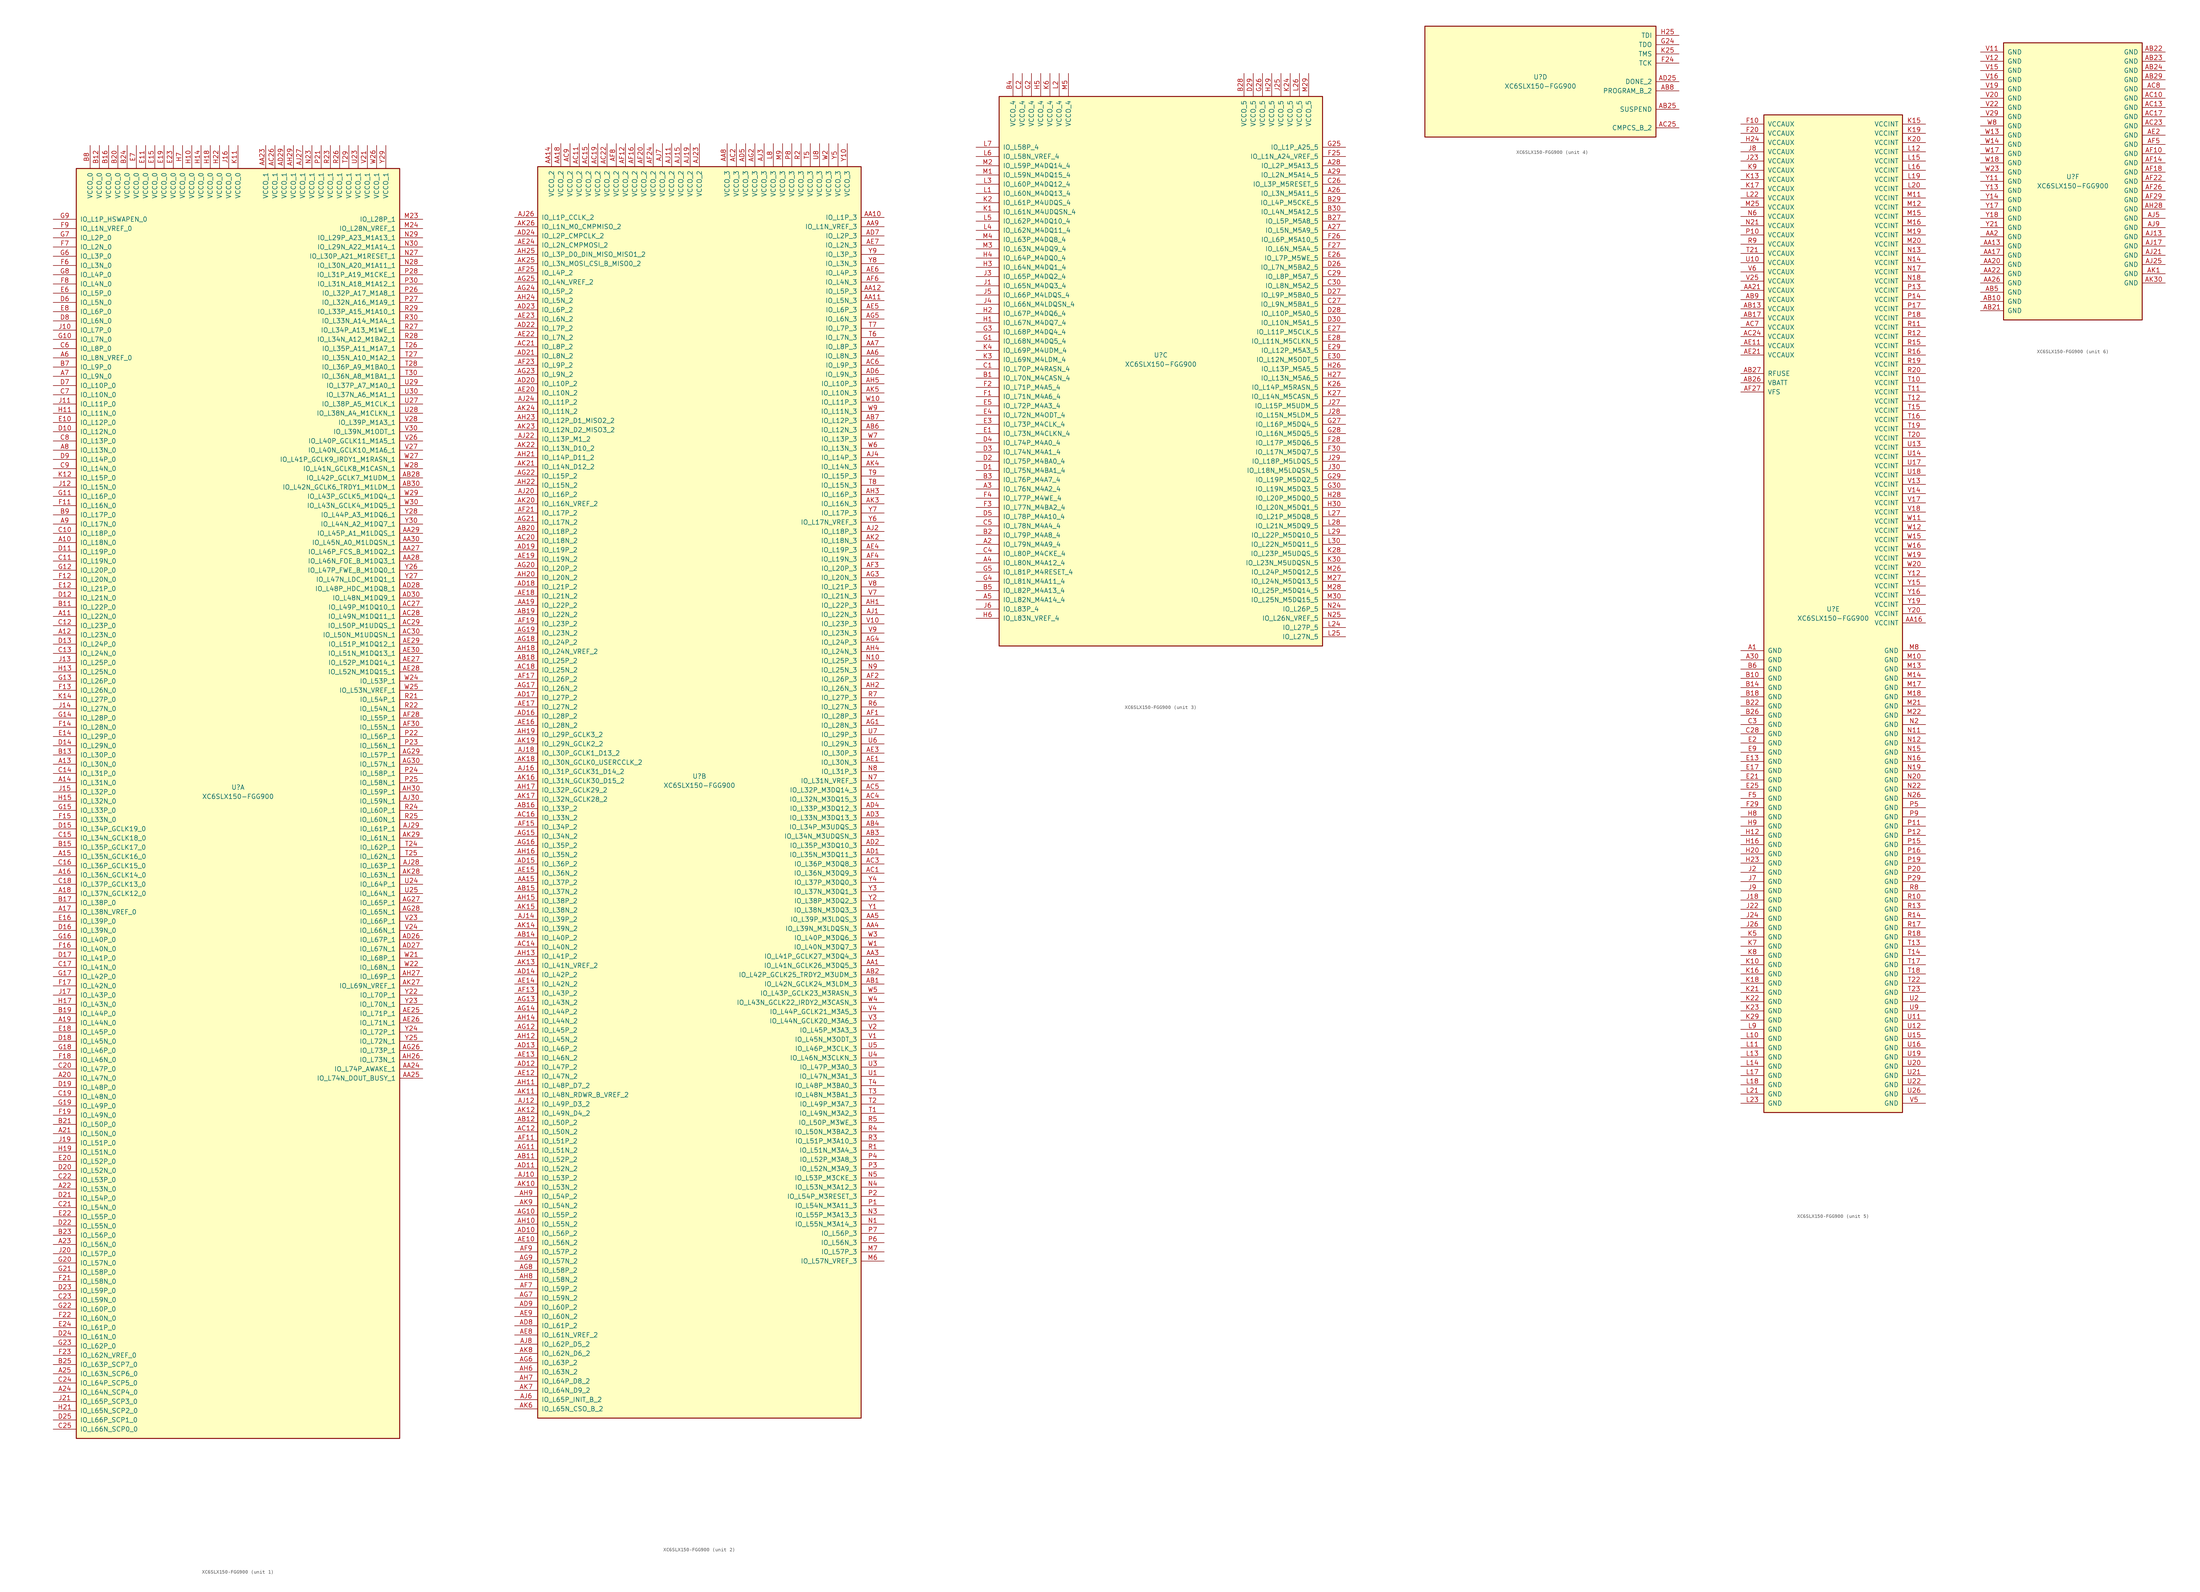
<source format=kicad_sym>
(kicad_symbol_lib
  (version 20201005)
  (generator kicad_symbol_editor)
  (symbol "XC6SLX150-FGG900"
    (pin_names
      (offset 1.016))
    (property "Reference" "U"
      (at 0 1.27 0)
      (effects (font (size 1.27 1.27))))
    (property "Value" "XC6SLX150-FGG900"
      (at 0 -1.27 0)
      (effects (font (size 1.27 1.27))))
    (property "Datasheet" ""
      (at 0 0 0)
      (effects (font (size 1.27 1.27))))
    (property "ki_locked" ""
      (at 0 0 0)
      (effects (font (size 1.27 1.27))))
    (symbol "XC6SLX150-FGG900_1_1"
      (rectangle (start -44.45 171.45) (end 44.45 -177.8) (stroke (width 0.254)) (fill (type background)))
      (pin bidirectional line (at -50.8 68.58 0) (length 6.35) (name "IO_L18N_0" (effects (font (size 1.27 1.27)))) (number "A10" (effects (font (size 1.27 1.27)))))
      (pin bidirectional line (at -50.8 48.26 0) (length 6.35) (name "IO_L22N_0" (effects (font (size 1.27 1.27)))) (number "A11" (effects (font (size 1.27 1.27)))))
      (pin bidirectional line (at -50.8 43.18 0) (length 6.35) (name "IO_L23N_0" (effects (font (size 1.27 1.27)))) (number "A12" (effects (font (size 1.27 1.27)))))
      (pin bidirectional line (at -50.8 7.62 0) (length 6.35) (name "IO_L30N_0" (effects (font (size 1.27 1.27)))) (number "A13" (effects (font (size 1.27 1.27)))))
      (pin bidirectional line (at -50.8 2.54 0) (length 6.35) (name "IO_L31N_0" (effects (font (size 1.27 1.27)))) (number "A14" (effects (font (size 1.27 1.27)))))
      (pin bidirectional line (at -50.8 -17.78 0) (length 6.35) (name "IO_L35N_GCLK16_0" (effects (font (size 1.27 1.27)))) (number "A15" (effects (font (size 1.27 1.27)))))
      (pin bidirectional line (at -50.8 -22.86 0) (length 6.35) (name "IO_L36N_GCLK14_0" (effects (font (size 1.27 1.27)))) (number "A16" (effects (font (size 1.27 1.27)))))
      (pin bidirectional line (at -50.8 -33.02 0) (length 6.35) (name "IO_L38N_VREF_0" (effects (font (size 1.27 1.27)))) (number "A17" (effects (font (size 1.27 1.27)))))
      (pin bidirectional line (at -50.8 -27.94 0) (length 6.35) (name "IO_L37N_GCLK12_0" (effects (font (size 1.27 1.27)))) (number "A18" (effects (font (size 1.27 1.27)))))
      (pin bidirectional line (at -50.8 -63.5 0) (length 6.35) (name "IO_L44N_0" (effects (font (size 1.27 1.27)))) (number "A19" (effects (font (size 1.27 1.27)))))
      (pin bidirectional line (at -50.8 -78.74 0) (length 6.35) (name "IO_L47N_0" (effects (font (size 1.27 1.27)))) (number "A20" (effects (font (size 1.27 1.27)))))
      (pin bidirectional line (at -50.8 -93.98 0) (length 6.35) (name "IO_L50N_0" (effects (font (size 1.27 1.27)))) (number "A21" (effects (font (size 1.27 1.27)))))
      (pin bidirectional line (at -50.8 -109.22 0) (length 6.35) (name "IO_L53N_0" (effects (font (size 1.27 1.27)))) (number "A22" (effects (font (size 1.27 1.27)))))
      (pin bidirectional line (at -50.8 -124.46 0) (length 6.35) (name "IO_L56N_0" (effects (font (size 1.27 1.27)))) (number "A23" (effects (font (size 1.27 1.27)))))
      (pin bidirectional line (at -50.8 -165.1 0) (length 6.35) (name "IO_L64N_SCP4_0" (effects (font (size 1.27 1.27)))) (number "A24" (effects (font (size 1.27 1.27)))))
      (pin bidirectional line (at -50.8 -160.02 0) (length 6.35) (name "IO_L63N_SCP6_0" (effects (font (size 1.27 1.27)))) (number "A25" (effects (font (size 1.27 1.27)))))
      (pin bidirectional line (at -50.8 119.38 0) (length 6.35) (name "IO_L8N_VREF_0" (effects (font (size 1.27 1.27)))) (number "A6" (effects (font (size 1.27 1.27)))))
      (pin bidirectional line (at -50.8 114.3 0) (length 6.35) (name "IO_L9N_0" (effects (font (size 1.27 1.27)))) (number "A7" (effects (font (size 1.27 1.27)))))
      (pin bidirectional line (at -50.8 93.98 0) (length 6.35) (name "IO_L13N_0" (effects (font (size 1.27 1.27)))) (number "A8" (effects (font (size 1.27 1.27)))))
      (pin bidirectional line (at -50.8 73.66 0) (length 6.35) (name "IO_L17N_0" (effects (font (size 1.27 1.27)))) (number "A9" (effects (font (size 1.27 1.27)))))
      (pin power_in line (at 7.62 177.8 270) (length 6.35) (name "VCCO_1" (effects (font (size 1.27 1.27)))) (number "AA23" (effects (font (size 1.27 1.27)))))
      (pin bidirectional line (at 50.8 -76.2 180) (length 6.35) (name "IO_L74P_AWAKE_1" (effects (font (size 1.27 1.27)))) (number "AA24" (effects (font (size 1.27 1.27)))))
      (pin bidirectional line (at 50.8 -78.74 180) (length 6.35) (name "IO_L74N_DOUT_BUSY_1" (effects (font (size 1.27 1.27)))) (number "AA25" (effects (font (size 1.27 1.27)))))
      (pin bidirectional line (at 50.8 66.04 180) (length 6.35) (name "IO_L46P_FCS_B_M1DQ2_1" (effects (font (size 1.27 1.27)))) (number "AA27" (effects (font (size 1.27 1.27)))))
      (pin bidirectional line (at 50.8 63.5 180) (length 6.35) (name "IO_L46N_FOE_B_M1DQ3_1" (effects (font (size 1.27 1.27)))) (number "AA28" (effects (font (size 1.27 1.27)))))
      (pin bidirectional line (at 50.8 71.12 180) (length 6.35) (name "IO_L45P_A1_M1LDQS_1" (effects (font (size 1.27 1.27)))) (number "AA29" (effects (font (size 1.27 1.27)))))
      (pin bidirectional line (at 50.8 68.58 180) (length 6.35) (name "IO_L45N_A0_M1LDQSN_1" (effects (font (size 1.27 1.27)))) (number "AA30" (effects (font (size 1.27 1.27)))))
      (pin bidirectional line (at 50.8 86.36 180) (length 6.35) (name "IO_L42P_GCLK7_M1UDM_1" (effects (font (size 1.27 1.27)))) (number "AB28" (effects (font (size 1.27 1.27)))))
      (pin bidirectional line (at 50.8 83.82 180) (length 6.35) (name "IO_L42N_GCLK6_TRDY1_M1LDM_1" (effects (font (size 1.27 1.27)))) (number "AB30" (effects (font (size 1.27 1.27)))))
      (pin power_in line (at 10.16 177.8 270) (length 6.35) (name "VCCO_1" (effects (font (size 1.27 1.27)))) (number "AC26" (effects (font (size 1.27 1.27)))))
      (pin bidirectional line (at 50.8 50.8 180) (length 6.35) (name "IO_L49P_M1DQ10_1" (effects (font (size 1.27 1.27)))) (number "AC27" (effects (font (size 1.27 1.27)))))
      (pin bidirectional line (at 50.8 48.26 180) (length 6.35) (name "IO_L49N_M1DQ11_1" (effects (font (size 1.27 1.27)))) (number "AC28" (effects (font (size 1.27 1.27)))))
      (pin bidirectional line (at 50.8 45.72 180) (length 6.35) (name "IO_L50P_M1UDQS_1" (effects (font (size 1.27 1.27)))) (number "AC29" (effects (font (size 1.27 1.27)))))
      (pin bidirectional line (at 50.8 43.18 180) (length 6.35) (name "IO_L50N_M1UDQSN_1" (effects (font (size 1.27 1.27)))) (number "AC30" (effects (font (size 1.27 1.27)))))
      (pin bidirectional line (at 50.8 -40.64 180) (length 6.35) (name "IO_L67P_1" (effects (font (size 1.27 1.27)))) (number "AD26" (effects (font (size 1.27 1.27)))))
      (pin bidirectional line (at 50.8 -43.18 180) (length 6.35) (name "IO_L67N_1" (effects (font (size 1.27 1.27)))) (number "AD27" (effects (font (size 1.27 1.27)))))
      (pin bidirectional line (at 50.8 55.88 180) (length 6.35) (name "IO_L48P_HDC_M1DQ8_1" (effects (font (size 1.27 1.27)))) (number "AD28" (effects (font (size 1.27 1.27)))))
      (pin power_in line (at 12.7 177.8 270) (length 6.35) (name "VCCO_1" (effects (font (size 1.27 1.27)))) (number "AD29" (effects (font (size 1.27 1.27)))))
      (pin bidirectional line (at 50.8 53.34 180) (length 6.35) (name "IO_L48N_M1DQ9_1" (effects (font (size 1.27 1.27)))) (number "AD30" (effects (font (size 1.27 1.27)))))
      (pin bidirectional line (at 50.8 -60.96 180) (length 6.35) (name "IO_L71P_1" (effects (font (size 1.27 1.27)))) (number "AE25" (effects (font (size 1.27 1.27)))))
      (pin bidirectional line (at 50.8 -63.5 180) (length 6.35) (name "IO_L71N_1" (effects (font (size 1.27 1.27)))) (number "AE26" (effects (font (size 1.27 1.27)))))
      (pin bidirectional line (at 50.8 35.56 180) (length 6.35) (name "IO_L52P_M1DQ14_1" (effects (font (size 1.27 1.27)))) (number "AE27" (effects (font (size 1.27 1.27)))))
      (pin bidirectional line (at 50.8 33.02 180) (length 6.35) (name "IO_L52N_M1DQ15_1" (effects (font (size 1.27 1.27)))) (number "AE28" (effects (font (size 1.27 1.27)))))
      (pin bidirectional line (at 50.8 40.64 180) (length 6.35) (name "IO_L51P_M1DQ12_1" (effects (font (size 1.27 1.27)))) (number "AE29" (effects (font (size 1.27 1.27)))))
      (pin bidirectional line (at 50.8 38.1 180) (length 6.35) (name "IO_L51N_M1DQ13_1" (effects (font (size 1.27 1.27)))) (number "AE30" (effects (font (size 1.27 1.27)))))
      (pin bidirectional line (at 50.8 20.32 180) (length 6.35) (name "IO_L55P_1" (effects (font (size 1.27 1.27)))) (number "AF28" (effects (font (size 1.27 1.27)))))
      (pin bidirectional line (at 50.8 17.78 180) (length 6.35) (name "IO_L55N_1" (effects (font (size 1.27 1.27)))) (number "AF30" (effects (font (size 1.27 1.27)))))
      (pin bidirectional line (at 50.8 -71.12 180) (length 6.35) (name "IO_L73P_1" (effects (font (size 1.27 1.27)))) (number "AG26" (effects (font (size 1.27 1.27)))))
      (pin bidirectional line (at 50.8 -30.48 180) (length 6.35) (name "IO_L65P_1" (effects (font (size 1.27 1.27)))) (number "AG27" (effects (font (size 1.27 1.27)))))
      (pin bidirectional line (at 50.8 -33.02 180) (length 6.35) (name "IO_L65N_1" (effects (font (size 1.27 1.27)))) (number "AG28" (effects (font (size 1.27 1.27)))))
      (pin bidirectional line (at 50.8 10.16 180) (length 6.35) (name "IO_L57P_1" (effects (font (size 1.27 1.27)))) (number "AG29" (effects (font (size 1.27 1.27)))))
      (pin bidirectional line (at 50.8 7.62 180) (length 6.35) (name "IO_L57N_1" (effects (font (size 1.27 1.27)))) (number "AG30" (effects (font (size 1.27 1.27)))))
      (pin bidirectional line (at 50.8 -73.66 180) (length 6.35) (name "IO_L73N_1" (effects (font (size 1.27 1.27)))) (number "AH26" (effects (font (size 1.27 1.27)))))
      (pin bidirectional line (at 50.8 -50.8 180) (length 6.35) (name "IO_L69P_1" (effects (font (size 1.27 1.27)))) (number "AH27" (effects (font (size 1.27 1.27)))))
      (pin power_in line (at 15.24 177.8 270) (length 6.35) (name "VCCO_1" (effects (font (size 1.27 1.27)))) (number "AH29" (effects (font (size 1.27 1.27)))))
      (pin bidirectional line (at 50.8 0 180) (length 6.35) (name "IO_L59P_1" (effects (font (size 1.27 1.27)))) (number "AH30" (effects (font (size 1.27 1.27)))))
      (pin power_in line (at 17.78 177.8 270) (length 6.35) (name "VCCO_1" (effects (font (size 1.27 1.27)))) (number "AJ27" (effects (font (size 1.27 1.27)))))
      (pin bidirectional line (at 50.8 -20.32 180) (length 6.35) (name "IO_L63P_1" (effects (font (size 1.27 1.27)))) (number "AJ28" (effects (font (size 1.27 1.27)))))
      (pin bidirectional line (at 50.8 -10.16 180) (length 6.35) (name "IO_L61P_1" (effects (font (size 1.27 1.27)))) (number "AJ29" (effects (font (size 1.27 1.27)))))
      (pin bidirectional line (at 50.8 -2.54 180) (length 6.35) (name "IO_L59N_1" (effects (font (size 1.27 1.27)))) (number "AJ30" (effects (font (size 1.27 1.27)))))
      (pin bidirectional line (at 50.8 -53.34 180) (length 6.35) (name "IO_L69N_VREF_1" (effects (font (size 1.27 1.27)))) (number "AK27" (effects (font (size 1.27 1.27)))))
      (pin bidirectional line (at 50.8 -22.86 180) (length 6.35) (name "IO_L63N_1" (effects (font (size 1.27 1.27)))) (number "AK28" (effects (font (size 1.27 1.27)))))
      (pin bidirectional line (at 50.8 -12.7 180) (length 6.35) (name "IO_L61N_1" (effects (font (size 1.27 1.27)))) (number "AK29" (effects (font (size 1.27 1.27)))))
      (pin bidirectional line (at -50.8 50.8 0) (length 6.35) (name "IO_L22P_0" (effects (font (size 1.27 1.27)))) (number "B11" (effects (font (size 1.27 1.27)))))
      (pin power_in line (at -38.1 177.8 270) (length 6.35) (name "VCCO_0" (effects (font (size 1.27 1.27)))) (number "B12" (effects (font (size 1.27 1.27)))))
      (pin bidirectional line (at -50.8 10.16 0) (length 6.35) (name "IO_L30P_0" (effects (font (size 1.27 1.27)))) (number "B13" (effects (font (size 1.27 1.27)))))
      (pin bidirectional line (at -50.8 -15.24 0) (length 6.35) (name "IO_L35P_GCLK17_0" (effects (font (size 1.27 1.27)))) (number "B15" (effects (font (size 1.27 1.27)))))
      (pin power_in line (at -35.56 177.8 270) (length 6.35) (name "VCCO_0" (effects (font (size 1.27 1.27)))) (number "B16" (effects (font (size 1.27 1.27)))))
      (pin bidirectional line (at -50.8 -30.48 0) (length 6.35) (name "IO_L38P_0" (effects (font (size 1.27 1.27)))) (number "B17" (effects (font (size 1.27 1.27)))))
      (pin bidirectional line (at -50.8 -60.96 0) (length 6.35) (name "IO_L44P_0" (effects (font (size 1.27 1.27)))) (number "B19" (effects (font (size 1.27 1.27)))))
      (pin power_in line (at -33.02 177.8 270) (length 6.35) (name "VCCO_0" (effects (font (size 1.27 1.27)))) (number "B20" (effects (font (size 1.27 1.27)))))
      (pin bidirectional line (at -50.8 -91.44 0) (length 6.35) (name "IO_L50P_0" (effects (font (size 1.27 1.27)))) (number "B21" (effects (font (size 1.27 1.27)))))
      (pin bidirectional line (at -50.8 -121.92 0) (length 6.35) (name "IO_L56P_0" (effects (font (size 1.27 1.27)))) (number "B23" (effects (font (size 1.27 1.27)))))
      (pin power_in line (at -30.48 177.8 270) (length 6.35) (name "VCCO_0" (effects (font (size 1.27 1.27)))) (number "B24" (effects (font (size 1.27 1.27)))))
      (pin bidirectional line (at -50.8 -157.48 0) (length 6.35) (name "IO_L63P_SCP7_0" (effects (font (size 1.27 1.27)))) (number "B25" (effects (font (size 1.27 1.27)))))
      (pin bidirectional line (at -50.8 116.84 0) (length 6.35) (name "IO_L9P_0" (effects (font (size 1.27 1.27)))) (number "B7" (effects (font (size 1.27 1.27)))))
      (pin power_in line (at -40.64 177.8 270) (length 6.35) (name "VCCO_0" (effects (font (size 1.27 1.27)))) (number "B8" (effects (font (size 1.27 1.27)))))
      (pin bidirectional line (at -50.8 76.2 0) (length 6.35) (name "IO_L17P_0" (effects (font (size 1.27 1.27)))) (number "B9" (effects (font (size 1.27 1.27)))))
      (pin bidirectional line (at -50.8 71.12 0) (length 6.35) (name "IO_L18P_0" (effects (font (size 1.27 1.27)))) (number "C10" (effects (font (size 1.27 1.27)))))
      (pin bidirectional line (at -50.8 63.5 0) (length 6.35) (name "IO_L19N_0" (effects (font (size 1.27 1.27)))) (number "C11" (effects (font (size 1.27 1.27)))))
      (pin bidirectional line (at -50.8 45.72 0) (length 6.35) (name "IO_L23P_0" (effects (font (size 1.27 1.27)))) (number "C12" (effects (font (size 1.27 1.27)))))
      (pin bidirectional line (at -50.8 38.1 0) (length 6.35) (name "IO_L24N_0" (effects (font (size 1.27 1.27)))) (number "C13" (effects (font (size 1.27 1.27)))))
      (pin bidirectional line (at -50.8 5.08 0) (length 6.35) (name "IO_L31P_0" (effects (font (size 1.27 1.27)))) (number "C14" (effects (font (size 1.27 1.27)))))
      (pin bidirectional line (at -50.8 -12.7 0) (length 6.35) (name "IO_L34N_GCLK18_0" (effects (font (size 1.27 1.27)))) (number "C15" (effects (font (size 1.27 1.27)))))
      (pin bidirectional line (at -50.8 -20.32 0) (length 6.35) (name "IO_L36P_GCLK15_0" (effects (font (size 1.27 1.27)))) (number "C16" (effects (font (size 1.27 1.27)))))
      (pin bidirectional line (at -50.8 -48.26 0) (length 6.35) (name "IO_L41N_0" (effects (font (size 1.27 1.27)))) (number "C17" (effects (font (size 1.27 1.27)))))
      (pin bidirectional line (at -50.8 -25.4 0) (length 6.35) (name "IO_L37P_GCLK13_0" (effects (font (size 1.27 1.27)))) (number "C18" (effects (font (size 1.27 1.27)))))
      (pin bidirectional line (at -50.8 -83.82 0) (length 6.35) (name "IO_L48N_0" (effects (font (size 1.27 1.27)))) (number "C19" (effects (font (size 1.27 1.27)))))
      (pin bidirectional line (at -50.8 -76.2 0) (length 6.35) (name "IO_L47P_0" (effects (font (size 1.27 1.27)))) (number "C20" (effects (font (size 1.27 1.27)))))
      (pin bidirectional line (at -50.8 -114.3 0) (length 6.35) (name "IO_L54N_0" (effects (font (size 1.27 1.27)))) (number "C21" (effects (font (size 1.27 1.27)))))
      (pin bidirectional line (at -50.8 -106.68 0) (length 6.35) (name "IO_L53P_0" (effects (font (size 1.27 1.27)))) (number "C22" (effects (font (size 1.27 1.27)))))
      (pin bidirectional line (at -50.8 -139.7 0) (length 6.35) (name "IO_L59N_0" (effects (font (size 1.27 1.27)))) (number "C23" (effects (font (size 1.27 1.27)))))
      (pin bidirectional line (at -50.8 -162.56 0) (length 6.35) (name "IO_L64P_SCP5_0" (effects (font (size 1.27 1.27)))) (number "C24" (effects (font (size 1.27 1.27)))))
      (pin bidirectional line (at -50.8 -175.26 0) (length 6.35) (name "IO_L66N_SCP0_0" (effects (font (size 1.27 1.27)))) (number "C25" (effects (font (size 1.27 1.27)))))
      (pin bidirectional line (at -50.8 121.92 0) (length 6.35) (name "IO_L8P_0" (effects (font (size 1.27 1.27)))) (number "C6" (effects (font (size 1.27 1.27)))))
      (pin bidirectional line (at -50.8 109.22 0) (length 6.35) (name "IO_L10N_0" (effects (font (size 1.27 1.27)))) (number "C7" (effects (font (size 1.27 1.27)))))
      (pin bidirectional line (at -50.8 96.52 0) (length 6.35) (name "IO_L13P_0" (effects (font (size 1.27 1.27)))) (number "C8" (effects (font (size 1.27 1.27)))))
      (pin bidirectional line (at -50.8 88.9 0) (length 6.35) (name "IO_L14N_0" (effects (font (size 1.27 1.27)))) (number "C9" (effects (font (size 1.27 1.27)))))
      (pin bidirectional line (at -50.8 99.06 0) (length 6.35) (name "IO_L12N_0" (effects (font (size 1.27 1.27)))) (number "D10" (effects (font (size 1.27 1.27)))))
      (pin bidirectional line (at -50.8 66.04 0) (length 6.35) (name "IO_L19P_0" (effects (font (size 1.27 1.27)))) (number "D11" (effects (font (size 1.27 1.27)))))
      (pin bidirectional line (at -50.8 53.34 0) (length 6.35) (name "IO_L21N_0" (effects (font (size 1.27 1.27)))) (number "D12" (effects (font (size 1.27 1.27)))))
      (pin bidirectional line (at -50.8 40.64 0) (length 6.35) (name "IO_L24P_0" (effects (font (size 1.27 1.27)))) (number "D13" (effects (font (size 1.27 1.27)))))
      (pin bidirectional line (at -50.8 12.7 0) (length 6.35) (name "IO_L29N_0" (effects (font (size 1.27 1.27)))) (number "D14" (effects (font (size 1.27 1.27)))))
      (pin bidirectional line (at -50.8 -10.16 0) (length 6.35) (name "IO_L34P_GCLK19_0" (effects (font (size 1.27 1.27)))) (number "D15" (effects (font (size 1.27 1.27)))))
      (pin bidirectional line (at -50.8 -38.1 0) (length 6.35) (name "IO_L39N_0" (effects (font (size 1.27 1.27)))) (number "D16" (effects (font (size 1.27 1.27)))))
      (pin bidirectional line (at -50.8 -45.72 0) (length 6.35) (name "IO_L41P_0" (effects (font (size 1.27 1.27)))) (number "D17" (effects (font (size 1.27 1.27)))))
      (pin bidirectional line (at -50.8 -68.58 0) (length 6.35) (name "IO_L45N_0" (effects (font (size 1.27 1.27)))) (number "D18" (effects (font (size 1.27 1.27)))))
      (pin bidirectional line (at -50.8 -81.28 0) (length 6.35) (name "IO_L48P_0" (effects (font (size 1.27 1.27)))) (number "D19" (effects (font (size 1.27 1.27)))))
      (pin bidirectional line (at -50.8 -104.14 0) (length 6.35) (name "IO_L52N_0" (effects (font (size 1.27 1.27)))) (number "D20" (effects (font (size 1.27 1.27)))))
      (pin bidirectional line (at -50.8 -111.76 0) (length 6.35) (name "IO_L54P_0" (effects (font (size 1.27 1.27)))) (number "D21" (effects (font (size 1.27 1.27)))))
      (pin bidirectional line (at -50.8 -119.38 0) (length 6.35) (name "IO_L55N_0" (effects (font (size 1.27 1.27)))) (number "D22" (effects (font (size 1.27 1.27)))))
      (pin bidirectional line (at -50.8 -137.16 0) (length 6.35) (name "IO_L59P_0" (effects (font (size 1.27 1.27)))) (number "D23" (effects (font (size 1.27 1.27)))))
      (pin bidirectional line (at -50.8 -149.86 0) (length 6.35) (name "IO_L61N_0" (effects (font (size 1.27 1.27)))) (number "D24" (effects (font (size 1.27 1.27)))))
      (pin bidirectional line (at -50.8 -172.72 0) (length 6.35) (name "IO_L66P_SCP1_0" (effects (font (size 1.27 1.27)))) (number "D25" (effects (font (size 1.27 1.27)))))
      (pin bidirectional line (at -50.8 134.62 0) (length 6.35) (name "IO_L5N_0" (effects (font (size 1.27 1.27)))) (number "D6" (effects (font (size 1.27 1.27)))))
      (pin bidirectional line (at -50.8 111.76 0) (length 6.35) (name "IO_L10P_0" (effects (font (size 1.27 1.27)))) (number "D7" (effects (font (size 1.27 1.27)))))
      (pin bidirectional line (at -50.8 129.54 0) (length 6.35) (name "IO_L6N_0" (effects (font (size 1.27 1.27)))) (number "D8" (effects (font (size 1.27 1.27)))))
      (pin bidirectional line (at -50.8 91.44 0) (length 6.35) (name "IO_L14P_0" (effects (font (size 1.27 1.27)))) (number "D9" (effects (font (size 1.27 1.27)))))
      (pin bidirectional line (at -50.8 101.6 0) (length 6.35) (name "IO_L12P_0" (effects (font (size 1.27 1.27)))) (number "E10" (effects (font (size 1.27 1.27)))))
      (pin power_in line (at -25.4 177.8 270) (length 6.35) (name "VCCO_0" (effects (font (size 1.27 1.27)))) (number "E11" (effects (font (size 1.27 1.27)))))
      (pin bidirectional line (at -50.8 55.88 0) (length 6.35) (name "IO_L21P_0" (effects (font (size 1.27 1.27)))) (number "E12" (effects (font (size 1.27 1.27)))))
      (pin bidirectional line (at -50.8 15.24 0) (length 6.35) (name "IO_L29P_0" (effects (font (size 1.27 1.27)))) (number "E14" (effects (font (size 1.27 1.27)))))
      (pin power_in line (at -22.86 177.8 270) (length 6.35) (name "VCCO_0" (effects (font (size 1.27 1.27)))) (number "E15" (effects (font (size 1.27 1.27)))))
      (pin bidirectional line (at -50.8 -35.56 0) (length 6.35) (name "IO_L39P_0" (effects (font (size 1.27 1.27)))) (number "E16" (effects (font (size 1.27 1.27)))))
      (pin bidirectional line (at -50.8 -66.04 0) (length 6.35) (name "IO_L45P_0" (effects (font (size 1.27 1.27)))) (number "E18" (effects (font (size 1.27 1.27)))))
      (pin power_in line (at -20.32 177.8 270) (length 6.35) (name "VCCO_0" (effects (font (size 1.27 1.27)))) (number "E19" (effects (font (size 1.27 1.27)))))
      (pin bidirectional line (at -50.8 -101.6 0) (length 6.35) (name "IO_L52P_0" (effects (font (size 1.27 1.27)))) (number "E20" (effects (font (size 1.27 1.27)))))
      (pin bidirectional line (at -50.8 -116.84 0) (length 6.35) (name "IO_L55P_0" (effects (font (size 1.27 1.27)))) (number "E22" (effects (font (size 1.27 1.27)))))
      (pin power_in line (at -17.78 177.8 270) (length 6.35) (name "VCCO_0" (effects (font (size 1.27 1.27)))) (number "E23" (effects (font (size 1.27 1.27)))))
      (pin bidirectional line (at -50.8 -147.32 0) (length 6.35) (name "IO_L61P_0" (effects (font (size 1.27 1.27)))) (number "E24" (effects (font (size 1.27 1.27)))))
      (pin bidirectional line (at -50.8 137.16 0) (length 6.35) (name "IO_L5P_0" (effects (font (size 1.27 1.27)))) (number "E6" (effects (font (size 1.27 1.27)))))
      (pin power_in line (at -27.94 177.8 270) (length 6.35) (name "VCCO_0" (effects (font (size 1.27 1.27)))) (number "E7" (effects (font (size 1.27 1.27)))))
      (pin bidirectional line (at -50.8 132.08 0) (length 6.35) (name "IO_L6P_0" (effects (font (size 1.27 1.27)))) (number "E8" (effects (font (size 1.27 1.27)))))
      (pin bidirectional line (at -50.8 78.74 0) (length 6.35) (name "IO_L16N_0" (effects (font (size 1.27 1.27)))) (number "F11" (effects (font (size 1.27 1.27)))))
      (pin bidirectional line (at -50.8 58.42 0) (length 6.35) (name "IO_L20N_0" (effects (font (size 1.27 1.27)))) (number "F12" (effects (font (size 1.27 1.27)))))
      (pin bidirectional line (at -50.8 27.94 0) (length 6.35) (name "IO_L26N_0" (effects (font (size 1.27 1.27)))) (number "F13" (effects (font (size 1.27 1.27)))))
      (pin bidirectional line (at -50.8 17.78 0) (length 6.35) (name "IO_L28N_0" (effects (font (size 1.27 1.27)))) (number "F14" (effects (font (size 1.27 1.27)))))
      (pin bidirectional line (at -50.8 -7.62 0) (length 6.35) (name "IO_L33N_0" (effects (font (size 1.27 1.27)))) (number "F15" (effects (font (size 1.27 1.27)))))
      (pin bidirectional line (at -50.8 -43.18 0) (length 6.35) (name "IO_L40N_0" (effects (font (size 1.27 1.27)))) (number "F16" (effects (font (size 1.27 1.27)))))
      (pin bidirectional line (at -50.8 -53.34 0) (length 6.35) (name "IO_L42N_0" (effects (font (size 1.27 1.27)))) (number "F17" (effects (font (size 1.27 1.27)))))
      (pin bidirectional line (at -50.8 -73.66 0) (length 6.35) (name "IO_L46N_0" (effects (font (size 1.27 1.27)))) (number "F18" (effects (font (size 1.27 1.27)))))
      (pin bidirectional line (at -50.8 -88.9 0) (length 6.35) (name "IO_L49N_0" (effects (font (size 1.27 1.27)))) (number "F19" (effects (font (size 1.27 1.27)))))
      (pin bidirectional line (at -50.8 -134.62 0) (length 6.35) (name "IO_L58N_0" (effects (font (size 1.27 1.27)))) (number "F21" (effects (font (size 1.27 1.27)))))
      (pin bidirectional line (at -50.8 -144.78 0) (length 6.35) (name "IO_L60N_0" (effects (font (size 1.27 1.27)))) (number "F22" (effects (font (size 1.27 1.27)))))
      (pin bidirectional line (at -50.8 -154.94 0) (length 6.35) (name "IO_L62N_VREF_0" (effects (font (size 1.27 1.27)))) (number "F23" (effects (font (size 1.27 1.27)))))
      (pin bidirectional line (at -50.8 144.78 0) (length 6.35) (name "IO_L3N_0" (effects (font (size 1.27 1.27)))) (number "F6" (effects (font (size 1.27 1.27)))))
      (pin bidirectional line (at -50.8 149.86 0) (length 6.35) (name "IO_L2N_0" (effects (font (size 1.27 1.27)))) (number "F7" (effects (font (size 1.27 1.27)))))
      (pin bidirectional line (at -50.8 139.7 0) (length 6.35) (name "IO_L4N_0" (effects (font (size 1.27 1.27)))) (number "F8" (effects (font (size 1.27 1.27)))))
      (pin bidirectional line (at -50.8 154.94 0) (length 6.35) (name "IO_L1N_VREF_0" (effects (font (size 1.27 1.27)))) (number "F9" (effects (font (size 1.27 1.27)))))
      (pin bidirectional line (at -50.8 124.46 0) (length 6.35) (name "IO_L7N_0" (effects (font (size 1.27 1.27)))) (number "G10" (effects (font (size 1.27 1.27)))))
      (pin bidirectional line (at -50.8 81.28 0) (length 6.35) (name "IO_L16P_0" (effects (font (size 1.27 1.27)))) (number "G11" (effects (font (size 1.27 1.27)))))
      (pin bidirectional line (at -50.8 60.96 0) (length 6.35) (name "IO_L20P_0" (effects (font (size 1.27 1.27)))) (number "G12" (effects (font (size 1.27 1.27)))))
      (pin bidirectional line (at -50.8 30.48 0) (length 6.35) (name "IO_L26P_0" (effects (font (size 1.27 1.27)))) (number "G13" (effects (font (size 1.27 1.27)))))
      (pin bidirectional line (at -50.8 20.32 0) (length 6.35) (name "IO_L28P_0" (effects (font (size 1.27 1.27)))) (number "G14" (effects (font (size 1.27 1.27)))))
      (pin bidirectional line (at -50.8 -5.08 0) (length 6.35) (name "IO_L33P_0" (effects (font (size 1.27 1.27)))) (number "G15" (effects (font (size 1.27 1.27)))))
      (pin bidirectional line (at -50.8 -40.64 0) (length 6.35) (name "IO_L40P_0" (effects (font (size 1.27 1.27)))) (number "G16" (effects (font (size 1.27 1.27)))))
      (pin bidirectional line (at -50.8 -50.8 0) (length 6.35) (name "IO_L42P_0" (effects (font (size 1.27 1.27)))) (number "G17" (effects (font (size 1.27 1.27)))))
      (pin bidirectional line (at -50.8 -71.12 0) (length 6.35) (name "IO_L46P_0" (effects (font (size 1.27 1.27)))) (number "G18" (effects (font (size 1.27 1.27)))))
      (pin bidirectional line (at -50.8 -86.36 0) (length 6.35) (name "IO_L49P_0" (effects (font (size 1.27 1.27)))) (number "G19" (effects (font (size 1.27 1.27)))))
      (pin bidirectional line (at -50.8 -129.54 0) (length 6.35) (name "IO_L57N_0" (effects (font (size 1.27 1.27)))) (number "G20" (effects (font (size 1.27 1.27)))))
      (pin bidirectional line (at -50.8 -132.08 0) (length 6.35) (name "IO_L58P_0" (effects (font (size 1.27 1.27)))) (number "G21" (effects (font (size 1.27 1.27)))))
      (pin bidirectional line (at -50.8 -142.24 0) (length 6.35) (name "IO_L60P_0" (effects (font (size 1.27 1.27)))) (number "G22" (effects (font (size 1.27 1.27)))))
      (pin bidirectional line (at -50.8 -152.4 0) (length 6.35) (name "IO_L62P_0" (effects (font (size 1.27 1.27)))) (number "G23" (effects (font (size 1.27 1.27)))))
      (pin bidirectional line (at -50.8 147.32 0) (length 6.35) (name "IO_L3P_0" (effects (font (size 1.27 1.27)))) (number "G6" (effects (font (size 1.27 1.27)))))
      (pin bidirectional line (at -50.8 152.4 0) (length 6.35) (name "IO_L2P_0" (effects (font (size 1.27 1.27)))) (number "G7" (effects (font (size 1.27 1.27)))))
      (pin bidirectional line (at -50.8 142.24 0) (length 6.35) (name "IO_L4P_0" (effects (font (size 1.27 1.27)))) (number "G8" (effects (font (size 1.27 1.27)))))
      (pin bidirectional line (at -50.8 157.48 0) (length 6.35) (name "IO_L1P_HSWAPEN_0" (effects (font (size 1.27 1.27)))) (number "G9" (effects (font (size 1.27 1.27)))))
      (pin power_in line (at -12.7 177.8 270) (length 6.35) (name "VCCO_0" (effects (font (size 1.27 1.27)))) (number "H10" (effects (font (size 1.27 1.27)))))
      (pin bidirectional line (at -50.8 104.14 0) (length 6.35) (name "IO_L11N_0" (effects (font (size 1.27 1.27)))) (number "H11" (effects (font (size 1.27 1.27)))))
      (pin bidirectional line (at -50.8 33.02 0) (length 6.35) (name "IO_L25N_0" (effects (font (size 1.27 1.27)))) (number "H13" (effects (font (size 1.27 1.27)))))
      (pin power_in line (at -10.16 177.8 270) (length 6.35) (name "VCCO_0" (effects (font (size 1.27 1.27)))) (number "H14" (effects (font (size 1.27 1.27)))))
      (pin bidirectional line (at -50.8 -2.54 0) (length 6.35) (name "IO_L32N_0" (effects (font (size 1.27 1.27)))) (number "H15" (effects (font (size 1.27 1.27)))))
      (pin bidirectional line (at -50.8 -58.42 0) (length 6.35) (name "IO_L43N_0" (effects (font (size 1.27 1.27)))) (number "H17" (effects (font (size 1.27 1.27)))))
      (pin power_in line (at -7.62 177.8 270) (length 6.35) (name "VCCO_0" (effects (font (size 1.27 1.27)))) (number "H18" (effects (font (size 1.27 1.27)))))
      (pin bidirectional line (at -50.8 -99.06 0) (length 6.35) (name "IO_L51N_0" (effects (font (size 1.27 1.27)))) (number "H19" (effects (font (size 1.27 1.27)))))
      (pin bidirectional line (at -50.8 -170.18 0) (length 6.35) (name "IO_L65N_SCP2_0" (effects (font (size 1.27 1.27)))) (number "H21" (effects (font (size 1.27 1.27)))))
      (pin power_in line (at -5.08 177.8 270) (length 6.35) (name "VCCO_0" (effects (font (size 1.27 1.27)))) (number "H22" (effects (font (size 1.27 1.27)))))
      (pin power_in line (at -15.24 177.8 270) (length 6.35) (name "VCCO_0" (effects (font (size 1.27 1.27)))) (number "H7" (effects (font (size 1.27 1.27)))))
      (pin bidirectional line (at -50.8 127 0) (length 6.35) (name "IO_L7P_0" (effects (font (size 1.27 1.27)))) (number "J10" (effects (font (size 1.27 1.27)))))
      (pin bidirectional line (at -50.8 106.68 0) (length 6.35) (name "IO_L11P_0" (effects (font (size 1.27 1.27)))) (number "J11" (effects (font (size 1.27 1.27)))))
      (pin bidirectional line (at -50.8 83.82 0) (length 6.35) (name "IO_L15N_0" (effects (font (size 1.27 1.27)))) (number "J12" (effects (font (size 1.27 1.27)))))
      (pin bidirectional line (at -50.8 35.56 0) (length 6.35) (name "IO_L25P_0" (effects (font (size 1.27 1.27)))) (number "J13" (effects (font (size 1.27 1.27)))))
      (pin bidirectional line (at -50.8 22.86 0) (length 6.35) (name "IO_L27N_0" (effects (font (size 1.27 1.27)))) (number "J14" (effects (font (size 1.27 1.27)))))
      (pin bidirectional line (at -50.8 0 0) (length 6.35) (name "IO_L32P_0" (effects (font (size 1.27 1.27)))) (number "J15" (effects (font (size 1.27 1.27)))))
      (pin power_in line (at -2.54 177.8 270) (length 6.35) (name "VCCO_0" (effects (font (size 1.27 1.27)))) (number "J16" (effects (font (size 1.27 1.27)))))
      (pin bidirectional line (at -50.8 -55.88 0) (length 6.35) (name "IO_L43P_0" (effects (font (size 1.27 1.27)))) (number "J17" (effects (font (size 1.27 1.27)))))
      (pin bidirectional line (at -50.8 -96.52 0) (length 6.35) (name "IO_L51P_0" (effects (font (size 1.27 1.27)))) (number "J19" (effects (font (size 1.27 1.27)))))
      (pin bidirectional line (at -50.8 -127 0) (length 6.35) (name "IO_L57P_0" (effects (font (size 1.27 1.27)))) (number "J20" (effects (font (size 1.27 1.27)))))
      (pin bidirectional line (at -50.8 -167.64 0) (length 6.35) (name "IO_L65P_SCP3_0" (effects (font (size 1.27 1.27)))) (number "J21" (effects (font (size 1.27 1.27)))))
      (pin power_in line (at 0 177.8 270) (length 6.35) (name "VCCO_0" (effects (font (size 1.27 1.27)))) (number "K11" (effects (font (size 1.27 1.27)))))
      (pin bidirectional line (at -50.8 86.36 0) (length 6.35) (name "IO_L15P_0" (effects (font (size 1.27 1.27)))) (number "K12" (effects (font (size 1.27 1.27)))))
      (pin bidirectional line (at -50.8 25.4 0) (length 6.35) (name "IO_L27P_0" (effects (font (size 1.27 1.27)))) (number "K14" (effects (font (size 1.27 1.27)))))
      (pin bidirectional line (at 50.8 157.48 180) (length 6.35) (name "IO_L28P_1" (effects (font (size 1.27 1.27)))) (number "M23" (effects (font (size 1.27 1.27)))))
      (pin bidirectional line (at 50.8 154.94 180) (length 6.35) (name "IO_L28N_VREF_1" (effects (font (size 1.27 1.27)))) (number "M24" (effects (font (size 1.27 1.27)))))
      (pin power_in line (at 20.32 177.8 270) (length 6.35) (name "VCCO_1" (effects (font (size 1.27 1.27)))) (number "N23" (effects (font (size 1.27 1.27)))))
      (pin bidirectional line (at 50.8 147.32 180) (length 6.35) (name "IO_L30P_A21_M1RESET_1" (effects (font (size 1.27 1.27)))) (number "N27" (effects (font (size 1.27 1.27)))))
      (pin bidirectional line (at 50.8 144.78 180) (length 6.35) (name "IO_L30N_A20_M1A11_1" (effects (font (size 1.27 1.27)))) (number "N28" (effects (font (size 1.27 1.27)))))
      (pin bidirectional line (at 50.8 152.4 180) (length 6.35) (name "IO_L29P_A23_M1A13_1" (effects (font (size 1.27 1.27)))) (number "N29" (effects (font (size 1.27 1.27)))))
      (pin bidirectional line (at 50.8 149.86 180) (length 6.35) (name "IO_L29N_A22_M1A14_1" (effects (font (size 1.27 1.27)))) (number "N30" (effects (font (size 1.27 1.27)))))
      (pin power_in line (at 22.86 177.8 270) (length 6.35) (name "VCCO_1" (effects (font (size 1.27 1.27)))) (number "P21" (effects (font (size 1.27 1.27)))))
      (pin bidirectional line (at 50.8 15.24 180) (length 6.35) (name "IO_L56P_1" (effects (font (size 1.27 1.27)))) (number "P22" (effects (font (size 1.27 1.27)))))
      (pin bidirectional line (at 50.8 12.7 180) (length 6.35) (name "IO_L56N_1" (effects (font (size 1.27 1.27)))) (number "P23" (effects (font (size 1.27 1.27)))))
      (pin bidirectional line (at 50.8 5.08 180) (length 6.35) (name "IO_L58P_1" (effects (font (size 1.27 1.27)))) (number "P24" (effects (font (size 1.27 1.27)))))
      (pin bidirectional line (at 50.8 2.54 180) (length 6.35) (name "IO_L58N_1" (effects (font (size 1.27 1.27)))) (number "P25" (effects (font (size 1.27 1.27)))))
      (pin bidirectional line (at 50.8 137.16 180) (length 6.35) (name "IO_L32P_A17_M1A8_1" (effects (font (size 1.27 1.27)))) (number "P26" (effects (font (size 1.27 1.27)))))
      (pin bidirectional line (at 50.8 134.62 180) (length 6.35) (name "IO_L32N_A16_M1A9_1" (effects (font (size 1.27 1.27)))) (number "P27" (effects (font (size 1.27 1.27)))))
      (pin bidirectional line (at 50.8 142.24 180) (length 6.35) (name "IO_L31P_A19_M1CKE_1" (effects (font (size 1.27 1.27)))) (number "P28" (effects (font (size 1.27 1.27)))))
      (pin bidirectional line (at 50.8 139.7 180) (length 6.35) (name "IO_L31N_A18_M1A12_1" (effects (font (size 1.27 1.27)))) (number "P30" (effects (font (size 1.27 1.27)))))
      (pin bidirectional line (at 50.8 25.4 180) (length 6.35) (name "IO_L54P_1" (effects (font (size 1.27 1.27)))) (number "R21" (effects (font (size 1.27 1.27)))))
      (pin bidirectional line (at 50.8 22.86 180) (length 6.35) (name "IO_L54N_1" (effects (font (size 1.27 1.27)))) (number "R22" (effects (font (size 1.27 1.27)))))
      (pin power_in line (at 25.4 177.8 270) (length 6.35) (name "VCCO_1" (effects (font (size 1.27 1.27)))) (number "R23" (effects (font (size 1.27 1.27)))))
      (pin bidirectional line (at 50.8 -5.08 180) (length 6.35) (name "IO_L60P_1" (effects (font (size 1.27 1.27)))) (number "R24" (effects (font (size 1.27 1.27)))))
      (pin bidirectional line (at 50.8 -7.62 180) (length 6.35) (name "IO_L60N_1" (effects (font (size 1.27 1.27)))) (number "R25" (effects (font (size 1.27 1.27)))))
      (pin power_in line (at 27.94 177.8 270) (length 6.35) (name "VCCO_1" (effects (font (size 1.27 1.27)))) (number "R26" (effects (font (size 1.27 1.27)))))
      (pin bidirectional line (at 50.8 127 180) (length 6.35) (name "IO_L34P_A13_M1WE_1" (effects (font (size 1.27 1.27)))) (number "R27" (effects (font (size 1.27 1.27)))))
      (pin bidirectional line (at 50.8 124.46 180) (length 6.35) (name "IO_L34N_A12_M1BA2_1" (effects (font (size 1.27 1.27)))) (number "R28" (effects (font (size 1.27 1.27)))))
      (pin bidirectional line (at 50.8 132.08 180) (length 6.35) (name "IO_L33P_A15_M1A10_1" (effects (font (size 1.27 1.27)))) (number "R29" (effects (font (size 1.27 1.27)))))
      (pin bidirectional line (at 50.8 129.54 180) (length 6.35) (name "IO_L33N_A14_M1A4_1" (effects (font (size 1.27 1.27)))) (number "R30" (effects (font (size 1.27 1.27)))))
      (pin bidirectional line (at 50.8 -15.24 180) (length 6.35) (name "IO_L62P_1" (effects (font (size 1.27 1.27)))) (number "T24" (effects (font (size 1.27 1.27)))))
      (pin bidirectional line (at 50.8 -17.78 180) (length 6.35) (name "IO_L62N_1" (effects (font (size 1.27 1.27)))) (number "T25" (effects (font (size 1.27 1.27)))))
      (pin bidirectional line (at 50.8 121.92 180) (length 6.35) (name "IO_L35P_A11_M1A7_1" (effects (font (size 1.27 1.27)))) (number "T26" (effects (font (size 1.27 1.27)))))
      (pin bidirectional line (at 50.8 119.38 180) (length 6.35) (name "IO_L35N_A10_M1A2_1" (effects (font (size 1.27 1.27)))) (number "T27" (effects (font (size 1.27 1.27)))))
      (pin bidirectional line (at 50.8 116.84 180) (length 6.35) (name "IO_L36P_A9_M1BA0_1" (effects (font (size 1.27 1.27)))) (number "T28" (effects (font (size 1.27 1.27)))))
      (pin power_in line (at 30.48 177.8 270) (length 6.35) (name "VCCO_1" (effects (font (size 1.27 1.27)))) (number "T29" (effects (font (size 1.27 1.27)))))
      (pin bidirectional line (at 50.8 114.3 180) (length 6.35) (name "IO_L36N_A8_M1BA1_1" (effects (font (size 1.27 1.27)))) (number "T30" (effects (font (size 1.27 1.27)))))
      (pin power_in line (at 33.02 177.8 270) (length 6.35) (name "VCCO_1" (effects (font (size 1.27 1.27)))) (number "U23" (effects (font (size 1.27 1.27)))))
      (pin bidirectional line (at 50.8 -25.4 180) (length 6.35) (name "IO_L64P_1" (effects (font (size 1.27 1.27)))) (number "U24" (effects (font (size 1.27 1.27)))))
      (pin bidirectional line (at 50.8 -27.94 180) (length 6.35) (name "IO_L64N_1" (effects (font (size 1.27 1.27)))) (number "U25" (effects (font (size 1.27 1.27)))))
      (pin bidirectional line (at 50.8 106.68 180) (length 6.35) (name "IO_L38P_A5_M1CLK_1" (effects (font (size 1.27 1.27)))) (number "U27" (effects (font (size 1.27 1.27)))))
      (pin bidirectional line (at 50.8 104.14 180) (length 6.35) (name "IO_L38N_A4_M1CLKN_1" (effects (font (size 1.27 1.27)))) (number "U28" (effects (font (size 1.27 1.27)))))
      (pin bidirectional line (at 50.8 111.76 180) (length 6.35) (name "IO_L37P_A7_M1A0_1" (effects (font (size 1.27 1.27)))) (number "U29" (effects (font (size 1.27 1.27)))))
      (pin bidirectional line (at 50.8 109.22 180) (length 6.35) (name "IO_L37N_A6_M1A1_1" (effects (font (size 1.27 1.27)))) (number "U30" (effects (font (size 1.27 1.27)))))
      (pin power_in line (at 35.56 177.8 270) (length 6.35) (name "VCCO_1" (effects (font (size 1.27 1.27)))) (number "V21" (effects (font (size 1.27 1.27)))))
      (pin bidirectional line (at 50.8 -35.56 180) (length 6.35) (name "IO_L66P_1" (effects (font (size 1.27 1.27)))) (number "V23" (effects (font (size 1.27 1.27)))))
      (pin bidirectional line (at 50.8 -38.1 180) (length 6.35) (name "IO_L66N_1" (effects (font (size 1.27 1.27)))) (number "V24" (effects (font (size 1.27 1.27)))))
      (pin bidirectional line (at 50.8 96.52 180) (length 6.35) (name "IO_L40P_GCLK11_M1A5_1" (effects (font (size 1.27 1.27)))) (number "V26" (effects (font (size 1.27 1.27)))))
      (pin bidirectional line (at 50.8 93.98 180) (length 6.35) (name "IO_L40N_GCLK10_M1A6_1" (effects (font (size 1.27 1.27)))) (number "V27" (effects (font (size 1.27 1.27)))))
      (pin bidirectional line (at 50.8 101.6 180) (length 6.35) (name "IO_L39P_M1A3_1" (effects (font (size 1.27 1.27)))) (number "V28" (effects (font (size 1.27 1.27)))))
      (pin bidirectional line (at 50.8 99.06 180) (length 6.35) (name "IO_L39N_M1ODT_1" (effects (font (size 1.27 1.27)))) (number "V30" (effects (font (size 1.27 1.27)))))
      (pin bidirectional line (at 50.8 -45.72 180) (length 6.35) (name "IO_L68P_1" (effects (font (size 1.27 1.27)))) (number "W21" (effects (font (size 1.27 1.27)))))
      (pin bidirectional line (at 50.8 -48.26 180) (length 6.35) (name "IO_L68N_1" (effects (font (size 1.27 1.27)))) (number "W22" (effects (font (size 1.27 1.27)))))
      (pin bidirectional line (at 50.8 30.48 180) (length 6.35) (name "IO_L53P_1" (effects (font (size 1.27 1.27)))) (number "W24" (effects (font (size 1.27 1.27)))))
      (pin bidirectional line (at 50.8 27.94 180) (length 6.35) (name "IO_L53N_VREF_1" (effects (font (size 1.27 1.27)))) (number "W25" (effects (font (size 1.27 1.27)))))
      (pin power_in line (at 38.1 177.8 270) (length 6.35) (name "VCCO_1" (effects (font (size 1.27 1.27)))) (number "W26" (effects (font (size 1.27 1.27)))))
      (pin bidirectional line (at 50.8 91.44 180) (length 6.35) (name "IO_L41P_GCLK9_IRDY1_M1RASN_1" (effects (font (size 1.27 1.27)))) (number "W27" (effects (font (size 1.27 1.27)))))
      (pin bidirectional line (at 50.8 88.9 180) (length 6.35) (name "IO_L41N_GCLK8_M1CASN_1" (effects (font (size 1.27 1.27)))) (number "W28" (effects (font (size 1.27 1.27)))))
      (pin bidirectional line (at 50.8 81.28 180) (length 6.35) (name "IO_L43P_GCLK5_M1DQ4_1" (effects (font (size 1.27 1.27)))) (number "W29" (effects (font (size 1.27 1.27)))))
      (pin bidirectional line (at 50.8 78.74 180) (length 6.35) (name "IO_L43N_GCLK4_M1DQ5_1" (effects (font (size 1.27 1.27)))) (number "W30" (effects (font (size 1.27 1.27)))))
      (pin bidirectional line (at 50.8 -55.88 180) (length 6.35) (name "IO_L70P_1" (effects (font (size 1.27 1.27)))) (number "Y22" (effects (font (size 1.27 1.27)))))
      (pin bidirectional line (at 50.8 -58.42 180) (length 6.35) (name "IO_L70N_1" (effects (font (size 1.27 1.27)))) (number "Y23" (effects (font (size 1.27 1.27)))))
      (pin bidirectional line (at 50.8 -66.04 180) (length 6.35) (name "IO_L72P_1" (effects (font (size 1.27 1.27)))) (number "Y24" (effects (font (size 1.27 1.27)))))
      (pin bidirectional line (at 50.8 -68.58 180) (length 6.35) (name "IO_L72N_1" (effects (font (size 1.27 1.27)))) (number "Y25" (effects (font (size 1.27 1.27)))))
      (pin bidirectional line (at 50.8 60.96 180) (length 6.35) (name "IO_L47P_FWE_B_M1DQ0_1" (effects (font (size 1.27 1.27)))) (number "Y26" (effects (font (size 1.27 1.27)))))
      (pin bidirectional line (at 50.8 58.42 180) (length 6.35) (name "IO_L47N_LDC_M1DQ1_1" (effects (font (size 1.27 1.27)))) (number "Y27" (effects (font (size 1.27 1.27)))))
      (pin bidirectional line (at 50.8 76.2 180) (length 6.35) (name "IO_L44P_A3_M1DQ6_1" (effects (font (size 1.27 1.27)))) (number "Y28" (effects (font (size 1.27 1.27)))))
      (pin power_in line (at 40.64 177.8 270) (length 6.35) (name "VCCO_1" (effects (font (size 1.27 1.27)))) (number "Y29" (effects (font (size 1.27 1.27)))))
      (pin bidirectional line (at 50.8 73.66 180) (length 6.35) (name "IO_L44N_A2_M1DQ7_1" (effects (font (size 1.27 1.27)))) (number "Y30" (effects (font (size 1.27 1.27))))))
    (symbol "XC6SLX150-FGG900_2_1"
      (rectangle (start -44.45 168.91) (end 44.45 -175.26) (stroke (width 0.254)) (fill (type background)))
      (pin bidirectional line (at 50.8 -50.8 180) (length 6.35) (name "IO_L41N_GCLK26_M3DQ5_3" (effects (font (size 1.27 1.27)))) (number "AA1" (effects (font (size 1.27 1.27)))))
      (pin bidirectional line (at 50.8 154.94 180) (length 6.35) (name "IO_L1P_3" (effects (font (size 1.27 1.27)))) (number "AA10" (effects (font (size 1.27 1.27)))))
      (pin bidirectional line (at 50.8 132.08 180) (length 6.35) (name "IO_L5N_3" (effects (font (size 1.27 1.27)))) (number "AA11" (effects (font (size 1.27 1.27)))))
      (pin bidirectional line (at 50.8 134.62 180) (length 6.35) (name "IO_L5P_3" (effects (font (size 1.27 1.27)))) (number "AA12" (effects (font (size 1.27 1.27)))))
      (pin power_in line (at -40.64 175.26 270) (length 6.35) (name "VCCO_2" (effects (font (size 1.27 1.27)))) (number "AA14" (effects (font (size 1.27 1.27)))))
      (pin bidirectional line (at -50.8 -27.94 0) (length 6.35) (name "IO_L37P_2" (effects (font (size 1.27 1.27)))) (number "AA15" (effects (font (size 1.27 1.27)))))
      (pin power_in line (at -38.1 175.26 270) (length 6.35) (name "VCCO_2" (effects (font (size 1.27 1.27)))) (number "AA18" (effects (font (size 1.27 1.27)))))
      (pin bidirectional line (at -50.8 48.26 0) (length 6.35) (name "IO_L22P_2" (effects (font (size 1.27 1.27)))) (number "AA19" (effects (font (size 1.27 1.27)))))
      (pin bidirectional line (at 50.8 -48.26 180) (length 6.35) (name "IO_L41P_GCLK27_M3DQ4_3" (effects (font (size 1.27 1.27)))) (number "AA3" (effects (font (size 1.27 1.27)))))
      (pin bidirectional line (at 50.8 -40.64 180) (length 6.35) (name "IO_L39N_M3LDQSN_3" (effects (font (size 1.27 1.27)))) (number "AA4" (effects (font (size 1.27 1.27)))))
      (pin bidirectional line (at 50.8 -38.1 180) (length 6.35) (name "IO_L39P_M3LDQS_3" (effects (font (size 1.27 1.27)))) (number "AA5" (effects (font (size 1.27 1.27)))))
      (pin bidirectional line (at 50.8 116.84 180) (length 6.35) (name "IO_L8N_3" (effects (font (size 1.27 1.27)))) (number "AA6" (effects (font (size 1.27 1.27)))))
      (pin bidirectional line (at 50.8 119.38 180) (length 6.35) (name "IO_L8P_3" (effects (font (size 1.27 1.27)))) (number "AA7" (effects (font (size 1.27 1.27)))))
      (pin power_in line (at 7.62 175.26 270) (length 6.35) (name "VCCO_3" (effects (font (size 1.27 1.27)))) (number "AA8" (effects (font (size 1.27 1.27)))))
      (pin bidirectional line (at 50.8 152.4 180) (length 6.35) (name "IO_L1N_VREF_3" (effects (font (size 1.27 1.27)))) (number "AA9" (effects (font (size 1.27 1.27)))))
      (pin bidirectional line (at 50.8 -55.88 180) (length 6.35) (name "IO_L42N_GCLK24_M3LDM_3" (effects (font (size 1.27 1.27)))) (number "AB1" (effects (font (size 1.27 1.27)))))
      (pin bidirectional line (at -50.8 -104.14 0) (length 6.35) (name "IO_L52P_2" (effects (font (size 1.27 1.27)))) (number "AB11" (effects (font (size 1.27 1.27)))))
      (pin bidirectional line (at -50.8 -93.98 0) (length 6.35) (name "IO_L50P_2" (effects (font (size 1.27 1.27)))) (number "AB12" (effects (font (size 1.27 1.27)))))
      (pin bidirectional line (at -50.8 -43.18 0) (length 6.35) (name "IO_L40P_2" (effects (font (size 1.27 1.27)))) (number "AB14" (effects (font (size 1.27 1.27)))))
      (pin bidirectional line (at -50.8 -30.48 0) (length 6.35) (name "IO_L37N_2" (effects (font (size 1.27 1.27)))) (number "AB15" (effects (font (size 1.27 1.27)))))
      (pin bidirectional line (at -50.8 -7.62 0) (length 6.35) (name "IO_L33P_2" (effects (font (size 1.27 1.27)))) (number "AB16" (effects (font (size 1.27 1.27)))))
      (pin bidirectional line (at -50.8 33.02 0) (length 6.35) (name "IO_L25P_2" (effects (font (size 1.27 1.27)))) (number "AB18" (effects (font (size 1.27 1.27)))))
      (pin bidirectional line (at -50.8 45.72 0) (length 6.35) (name "IO_L22N_2" (effects (font (size 1.27 1.27)))) (number "AB19" (effects (font (size 1.27 1.27)))))
      (pin bidirectional line (at 50.8 -53.34 180) (length 6.35) (name "IO_L42P_GCLK25_TRDY2_M3UDM_3" (effects (font (size 1.27 1.27)))) (number "AB2" (effects (font (size 1.27 1.27)))))
      (pin bidirectional line (at -50.8 68.58 0) (length 6.35) (name "IO_L18P_2" (effects (font (size 1.27 1.27)))) (number "AB20" (effects (font (size 1.27 1.27)))))
      (pin bidirectional line (at 50.8 -15.24 180) (length 6.35) (name "IO_L34N_M3UDQSN_3" (effects (font (size 1.27 1.27)))) (number "AB3" (effects (font (size 1.27 1.27)))))
      (pin bidirectional line (at 50.8 -12.7 180) (length 6.35) (name "IO_L34P_M3UDQS_3" (effects (font (size 1.27 1.27)))) (number "AB4" (effects (font (size 1.27 1.27)))))
      (pin bidirectional line (at 50.8 96.52 180) (length 6.35) (name "IO_L12N_3" (effects (font (size 1.27 1.27)))) (number "AB6" (effects (font (size 1.27 1.27)))))
      (pin bidirectional line (at 50.8 99.06 180) (length 6.35) (name "IO_L12P_3" (effects (font (size 1.27 1.27)))) (number "AB7" (effects (font (size 1.27 1.27)))))
      (pin bidirectional line (at 50.8 -25.4 180) (length 6.35) (name "IO_L36N_M3DQ9_3" (effects (font (size 1.27 1.27)))) (number "AC1" (effects (font (size 1.27 1.27)))))
      (pin power_in line (at -33.02 175.26 270) (length 6.35) (name "VCCO_2" (effects (font (size 1.27 1.27)))) (number "AC11" (effects (font (size 1.27 1.27)))))
      (pin bidirectional line (at -50.8 -96.52 0) (length 6.35) (name "IO_L50N_2" (effects (font (size 1.27 1.27)))) (number "AC12" (effects (font (size 1.27 1.27)))))
      (pin bidirectional line (at -50.8 -45.72 0) (length 6.35) (name "IO_L40N_2" (effects (font (size 1.27 1.27)))) (number "AC14" (effects (font (size 1.27 1.27)))))
      (pin power_in line (at -30.48 175.26 270) (length 6.35) (name "VCCO_2" (effects (font (size 1.27 1.27)))) (number "AC15" (effects (font (size 1.27 1.27)))))
      (pin bidirectional line (at -50.8 -10.16 0) (length 6.35) (name "IO_L33N_2" (effects (font (size 1.27 1.27)))) (number "AC16" (effects (font (size 1.27 1.27)))))
      (pin bidirectional line (at -50.8 30.48 0) (length 6.35) (name "IO_L25N_2" (effects (font (size 1.27 1.27)))) (number "AC18" (effects (font (size 1.27 1.27)))))
      (pin power_in line (at -27.94 175.26 270) (length 6.35) (name "VCCO_2" (effects (font (size 1.27 1.27)))) (number "AC19" (effects (font (size 1.27 1.27)))))
      (pin power_in line (at 10.16 175.26 270) (length 6.35) (name "VCCO_3" (effects (font (size 1.27 1.27)))) (number "AC2" (effects (font (size 1.27 1.27)))))
      (pin bidirectional line (at -50.8 66.04 0) (length 6.35) (name "IO_L18N_2" (effects (font (size 1.27 1.27)))) (number "AC20" (effects (font (size 1.27 1.27)))))
      (pin bidirectional line (at -50.8 119.38 0) (length 6.35) (name "IO_L8P_2" (effects (font (size 1.27 1.27)))) (number "AC21" (effects (font (size 1.27 1.27)))))
      (pin power_in line (at -25.4 175.26 270) (length 6.35) (name "VCCO_2" (effects (font (size 1.27 1.27)))) (number "AC22" (effects (font (size 1.27 1.27)))))
      (pin bidirectional line (at 50.8 -22.86 180) (length 6.35) (name "IO_L36P_M3DQ8_3" (effects (font (size 1.27 1.27)))) (number "AC3" (effects (font (size 1.27 1.27)))))
      (pin bidirectional line (at 50.8 -5.08 180) (length 6.35) (name "IO_L32N_M3DQ15_3" (effects (font (size 1.27 1.27)))) (number "AC4" (effects (font (size 1.27 1.27)))))
      (pin bidirectional line (at 50.8 -2.54 180) (length 6.35) (name "IO_L32P_M3DQ14_3" (effects (font (size 1.27 1.27)))) (number "AC5" (effects (font (size 1.27 1.27)))))
      (pin bidirectional line (at 50.8 114.3 180) (length 6.35) (name "IO_L9P_3" (effects (font (size 1.27 1.27)))) (number "AC6" (effects (font (size 1.27 1.27)))))
      (pin power_in line (at -35.56 175.26 270) (length 6.35) (name "VCCO_2" (effects (font (size 1.27 1.27)))) (number "AC9" (effects (font (size 1.27 1.27)))))
      (pin bidirectional line (at 50.8 -20.32 180) (length 6.35) (name "IO_L35N_M3DQ11_3" (effects (font (size 1.27 1.27)))) (number "AD1" (effects (font (size 1.27 1.27)))))
      (pin bidirectional line (at -50.8 -124.46 0) (length 6.35) (name "IO_L56P_2" (effects (font (size 1.27 1.27)))) (number "AD10" (effects (font (size 1.27 1.27)))))
      (pin bidirectional line (at -50.8 -106.68 0) (length 6.35) (name "IO_L52N_2" (effects (font (size 1.27 1.27)))) (number "AD11" (effects (font (size 1.27 1.27)))))
      (pin bidirectional line (at -50.8 -78.74 0) (length 6.35) (name "IO_L47P_2" (effects (font (size 1.27 1.27)))) (number "AD12" (effects (font (size 1.27 1.27)))))
      (pin bidirectional line (at -50.8 -73.66 0) (length 6.35) (name "IO_L46P_2" (effects (font (size 1.27 1.27)))) (number "AD13" (effects (font (size 1.27 1.27)))))
      (pin bidirectional line (at -50.8 -53.34 0) (length 6.35) (name "IO_L42P_2" (effects (font (size 1.27 1.27)))) (number "AD14" (effects (font (size 1.27 1.27)))))
      (pin bidirectional line (at -50.8 -22.86 0) (length 6.35) (name "IO_L36P_2" (effects (font (size 1.27 1.27)))) (number "AD15" (effects (font (size 1.27 1.27)))))
      (pin bidirectional line (at -50.8 17.78 0) (length 6.35) (name "IO_L28P_2" (effects (font (size 1.27 1.27)))) (number "AD16" (effects (font (size 1.27 1.27)))))
      (pin bidirectional line (at -50.8 22.86 0) (length 6.35) (name "IO_L27P_2" (effects (font (size 1.27 1.27)))) (number "AD17" (effects (font (size 1.27 1.27)))))
      (pin bidirectional line (at -50.8 53.34 0) (length 6.35) (name "IO_L21P_2" (effects (font (size 1.27 1.27)))) (number "AD18" (effects (font (size 1.27 1.27)))))
      (pin bidirectional line (at -50.8 63.5 0) (length 6.35) (name "IO_L19P_2" (effects (font (size 1.27 1.27)))) (number "AD19" (effects (font (size 1.27 1.27)))))
      (pin bidirectional line (at 50.8 -17.78 180) (length 6.35) (name "IO_L35P_M3DQ10_3" (effects (font (size 1.27 1.27)))) (number "AD2" (effects (font (size 1.27 1.27)))))
      (pin bidirectional line (at -50.8 109.22 0) (length 6.35) (name "IO_L10P_2" (effects (font (size 1.27 1.27)))) (number "AD20" (effects (font (size 1.27 1.27)))))
      (pin bidirectional line (at -50.8 116.84 0) (length 6.35) (name "IO_L8N_2" (effects (font (size 1.27 1.27)))) (number "AD21" (effects (font (size 1.27 1.27)))))
      (pin bidirectional line (at -50.8 124.46 0) (length 6.35) (name "IO_L7P_2" (effects (font (size 1.27 1.27)))) (number "AD22" (effects (font (size 1.27 1.27)))))
      (pin bidirectional line (at -50.8 129.54 0) (length 6.35) (name "IO_L6P_2" (effects (font (size 1.27 1.27)))) (number "AD23" (effects (font (size 1.27 1.27)))))
      (pin bidirectional line (at -50.8 149.86 0) (length 6.35) (name "IO_L2P_CMPCLK_2" (effects (font (size 1.27 1.27)))) (number "AD24" (effects (font (size 1.27 1.27)))))
      (pin bidirectional line (at 50.8 -10.16 180) (length 6.35) (name "IO_L33N_M3DQ13_3" (effects (font (size 1.27 1.27)))) (number "AD3" (effects (font (size 1.27 1.27)))))
      (pin bidirectional line (at 50.8 -7.62 180) (length 6.35) (name "IO_L33P_M3DQ12_3" (effects (font (size 1.27 1.27)))) (number "AD4" (effects (font (size 1.27 1.27)))))
      (pin power_in line (at 12.7 175.26 270) (length 6.35) (name "VCCO_3" (effects (font (size 1.27 1.27)))) (number "AD5" (effects (font (size 1.27 1.27)))))
      (pin bidirectional line (at 50.8 111.76 180) (length 6.35) (name "IO_L9N_3" (effects (font (size 1.27 1.27)))) (number "AD6" (effects (font (size 1.27 1.27)))))
      (pin bidirectional line (at 50.8 149.86 180) (length 6.35) (name "IO_L2P_3" (effects (font (size 1.27 1.27)))) (number "AD7" (effects (font (size 1.27 1.27)))))
      (pin bidirectional line (at -50.8 -149.86 0) (length 6.35) (name "IO_L61P_2" (effects (font (size 1.27 1.27)))) (number "AD8" (effects (font (size 1.27 1.27)))))
      (pin bidirectional line (at -50.8 -144.78 0) (length 6.35) (name "IO_L60P_2" (effects (font (size 1.27 1.27)))) (number "AD9" (effects (font (size 1.27 1.27)))))
      (pin bidirectional line (at 50.8 5.08 180) (length 6.35) (name "IO_L30N_3" (effects (font (size 1.27 1.27)))) (number "AE1" (effects (font (size 1.27 1.27)))))
      (pin bidirectional line (at -50.8 -127 0) (length 6.35) (name "IO_L56N_2" (effects (font (size 1.27 1.27)))) (number "AE10" (effects (font (size 1.27 1.27)))))
      (pin bidirectional line (at -50.8 -81.28 0) (length 6.35) (name "IO_L47N_2" (effects (font (size 1.27 1.27)))) (number "AE12" (effects (font (size 1.27 1.27)))))
      (pin bidirectional line (at -50.8 -76.2 0) (length 6.35) (name "IO_L46N_2" (effects (font (size 1.27 1.27)))) (number "AE13" (effects (font (size 1.27 1.27)))))
      (pin bidirectional line (at -50.8 -55.88 0) (length 6.35) (name "IO_L42N_2" (effects (font (size 1.27 1.27)))) (number "AE14" (effects (font (size 1.27 1.27)))))
      (pin bidirectional line (at -50.8 -25.4 0) (length 6.35) (name "IO_L36N_2" (effects (font (size 1.27 1.27)))) (number "AE15" (effects (font (size 1.27 1.27)))))
      (pin bidirectional line (at -50.8 15.24 0) (length 6.35) (name "IO_L28N_2" (effects (font (size 1.27 1.27)))) (number "AE16" (effects (font (size 1.27 1.27)))))
      (pin bidirectional line (at -50.8 20.32 0) (length 6.35) (name "IO_L27N_2" (effects (font (size 1.27 1.27)))) (number "AE17" (effects (font (size 1.27 1.27)))))
      (pin bidirectional line (at -50.8 50.8 0) (length 6.35) (name "IO_L21N_2" (effects (font (size 1.27 1.27)))) (number "AE18" (effects (font (size 1.27 1.27)))))
      (pin bidirectional line (at -50.8 60.96 0) (length 6.35) (name "IO_L19N_2" (effects (font (size 1.27 1.27)))) (number "AE19" (effects (font (size 1.27 1.27)))))
      (pin bidirectional line (at -50.8 106.68 0) (length 6.35) (name "IO_L10N_2" (effects (font (size 1.27 1.27)))) (number "AE20" (effects (font (size 1.27 1.27)))))
      (pin bidirectional line (at -50.8 121.92 0) (length 6.35) (name "IO_L7N_2" (effects (font (size 1.27 1.27)))) (number "AE22" (effects (font (size 1.27 1.27)))))
      (pin bidirectional line (at -50.8 127 0) (length 6.35) (name "IO_L6N_2" (effects (font (size 1.27 1.27)))) (number "AE23" (effects (font (size 1.27 1.27)))))
      (pin bidirectional line (at -50.8 147.32 0) (length 6.35) (name "IO_L2N_CMPMOSI_2" (effects (font (size 1.27 1.27)))) (number "AE24" (effects (font (size 1.27 1.27)))))
      (pin bidirectional line (at 50.8 7.62 180) (length 6.35) (name "IO_L30P_3" (effects (font (size 1.27 1.27)))) (number "AE3" (effects (font (size 1.27 1.27)))))
      (pin bidirectional line (at 50.8 63.5 180) (length 6.35) (name "IO_L19P_3" (effects (font (size 1.27 1.27)))) (number "AE4" (effects (font (size 1.27 1.27)))))
      (pin bidirectional line (at 50.8 129.54 180) (length 6.35) (name "IO_L6P_3" (effects (font (size 1.27 1.27)))) (number "AE5" (effects (font (size 1.27 1.27)))))
      (pin bidirectional line (at 50.8 139.7 180) (length 6.35) (name "IO_L4P_3" (effects (font (size 1.27 1.27)))) (number "AE6" (effects (font (size 1.27 1.27)))))
      (pin bidirectional line (at 50.8 147.32 180) (length 6.35) (name "IO_L2N_3" (effects (font (size 1.27 1.27)))) (number "AE7" (effects (font (size 1.27 1.27)))))
      (pin bidirectional line (at -50.8 -152.4 0) (length 6.35) (name "IO_L61N_VREF_2" (effects (font (size 1.27 1.27)))) (number "AE8" (effects (font (size 1.27 1.27)))))
      (pin bidirectional line (at -50.8 -147.32 0) (length 6.35) (name "IO_L60N_2" (effects (font (size 1.27 1.27)))) (number "AE9" (effects (font (size 1.27 1.27)))))
      (pin bidirectional line (at 50.8 17.78 180) (length 6.35) (name "IO_L28P_3" (effects (font (size 1.27 1.27)))) (number "AF1" (effects (font (size 1.27 1.27)))))
      (pin bidirectional line (at -50.8 -99.06 0) (length 6.35) (name "IO_L51P_2" (effects (font (size 1.27 1.27)))) (number "AF11" (effects (font (size 1.27 1.27)))))
      (pin power_in line (at -20.32 175.26 270) (length 6.35) (name "VCCO_2" (effects (font (size 1.27 1.27)))) (number "AF12" (effects (font (size 1.27 1.27)))))
      (pin bidirectional line (at -50.8 -58.42 0) (length 6.35) (name "IO_L43P_2" (effects (font (size 1.27 1.27)))) (number "AF13" (effects (font (size 1.27 1.27)))))
      (pin bidirectional line (at -50.8 -12.7 0) (length 6.35) (name "IO_L34P_2" (effects (font (size 1.27 1.27)))) (number "AF15" (effects (font (size 1.27 1.27)))))
      (pin power_in line (at -17.78 175.26 270) (length 6.35) (name "VCCO_2" (effects (font (size 1.27 1.27)))) (number "AF16" (effects (font (size 1.27 1.27)))))
      (pin bidirectional line (at -50.8 27.94 0) (length 6.35) (name "IO_L26P_2" (effects (font (size 1.27 1.27)))) (number "AF17" (effects (font (size 1.27 1.27)))))
      (pin bidirectional line (at -50.8 43.18 0) (length 6.35) (name "IO_L23P_2" (effects (font (size 1.27 1.27)))) (number "AF19" (effects (font (size 1.27 1.27)))))
      (pin bidirectional line (at 50.8 27.94 180) (length 6.35) (name "IO_L26P_3" (effects (font (size 1.27 1.27)))) (number "AF2" (effects (font (size 1.27 1.27)))))
      (pin power_in line (at -15.24 175.26 270) (length 6.35) (name "VCCO_2" (effects (font (size 1.27 1.27)))) (number "AF20" (effects (font (size 1.27 1.27)))))
      (pin bidirectional line (at -50.8 73.66 0) (length 6.35) (name "IO_L17P_2" (effects (font (size 1.27 1.27)))) (number "AF21" (effects (font (size 1.27 1.27)))))
      (pin bidirectional line (at -50.8 114.3 0) (length 6.35) (name "IO_L9P_2" (effects (font (size 1.27 1.27)))) (number "AF23" (effects (font (size 1.27 1.27)))))
      (pin power_in line (at -12.7 175.26 270) (length 6.35) (name "VCCO_2" (effects (font (size 1.27 1.27)))) (number "AF24" (effects (font (size 1.27 1.27)))))
      (pin bidirectional line (at -50.8 139.7 0) (length 6.35) (name "IO_L4P_2" (effects (font (size 1.27 1.27)))) (number "AF25" (effects (font (size 1.27 1.27)))))
      (pin bidirectional line (at 50.8 58.42 180) (length 6.35) (name "IO_L20P_3" (effects (font (size 1.27 1.27)))) (number "AF3" (effects (font (size 1.27 1.27)))))
      (pin bidirectional line (at 50.8 60.96 180) (length 6.35) (name "IO_L19N_3" (effects (font (size 1.27 1.27)))) (number "AF4" (effects (font (size 1.27 1.27)))))
      (pin bidirectional line (at 50.8 137.16 180) (length 6.35) (name "IO_L4N_3" (effects (font (size 1.27 1.27)))) (number "AF6" (effects (font (size 1.27 1.27)))))
      (pin bidirectional line (at -50.8 -139.7 0) (length 6.35) (name "IO_L59P_2" (effects (font (size 1.27 1.27)))) (number "AF7" (effects (font (size 1.27 1.27)))))
      (pin power_in line (at -22.86 175.26 270) (length 6.35) (name "VCCO_2" (effects (font (size 1.27 1.27)))) (number "AF8" (effects (font (size 1.27 1.27)))))
      (pin bidirectional line (at -50.8 -129.54 0) (length 6.35) (name "IO_L57P_2" (effects (font (size 1.27 1.27)))) (number "AF9" (effects (font (size 1.27 1.27)))))
      (pin bidirectional line (at 50.8 15.24 180) (length 6.35) (name "IO_L28N_3" (effects (font (size 1.27 1.27)))) (number "AG1" (effects (font (size 1.27 1.27)))))
      (pin bidirectional line (at -50.8 -119.38 0) (length 6.35) (name "IO_L55P_2" (effects (font (size 1.27 1.27)))) (number "AG10" (effects (font (size 1.27 1.27)))))
      (pin bidirectional line (at -50.8 -101.6 0) (length 6.35) (name "IO_L51N_2" (effects (font (size 1.27 1.27)))) (number "AG11" (effects (font (size 1.27 1.27)))))
      (pin bidirectional line (at -50.8 -68.58 0) (length 6.35) (name "IO_L45P_2" (effects (font (size 1.27 1.27)))) (number "AG12" (effects (font (size 1.27 1.27)))))
      (pin bidirectional line (at -50.8 -60.96 0) (length 6.35) (name "IO_L43N_2" (effects (font (size 1.27 1.27)))) (number "AG13" (effects (font (size 1.27 1.27)))))
      (pin bidirectional line (at -50.8 -63.5 0) (length 6.35) (name "IO_L44P_2" (effects (font (size 1.27 1.27)))) (number "AG14" (effects (font (size 1.27 1.27)))))
      (pin bidirectional line (at -50.8 -15.24 0) (length 6.35) (name "IO_L34N_2" (effects (font (size 1.27 1.27)))) (number "AG15" (effects (font (size 1.27 1.27)))))
      (pin bidirectional line (at -50.8 -17.78 0) (length 6.35) (name "IO_L35P_2" (effects (font (size 1.27 1.27)))) (number "AG16" (effects (font (size 1.27 1.27)))))
      (pin bidirectional line (at -50.8 25.4 0) (length 6.35) (name "IO_L26N_2" (effects (font (size 1.27 1.27)))) (number "AG17" (effects (font (size 1.27 1.27)))))
      (pin bidirectional line (at -50.8 38.1 0) (length 6.35) (name "IO_L24P_2" (effects (font (size 1.27 1.27)))) (number "AG18" (effects (font (size 1.27 1.27)))))
      (pin bidirectional line (at -50.8 40.64 0) (length 6.35) (name "IO_L23N_2" (effects (font (size 1.27 1.27)))) (number "AG19" (effects (font (size 1.27 1.27)))))
      (pin power_in line (at 15.24 175.26 270) (length 6.35) (name "VCCO_3" (effects (font (size 1.27 1.27)))) (number "AG2" (effects (font (size 1.27 1.27)))))
      (pin bidirectional line (at -50.8 58.42 0) (length 6.35) (name "IO_L20P_2" (effects (font (size 1.27 1.27)))) (number "AG20" (effects (font (size 1.27 1.27)))))
      (pin bidirectional line (at -50.8 71.12 0) (length 6.35) (name "IO_L17N_2" (effects (font (size 1.27 1.27)))) (number "AG21" (effects (font (size 1.27 1.27)))))
      (pin bidirectional line (at -50.8 83.82 0) (length 6.35) (name "IO_L15P_2" (effects (font (size 1.27 1.27)))) (number "AG22" (effects (font (size 1.27 1.27)))))
      (pin bidirectional line (at -50.8 111.76 0) (length 6.35) (name "IO_L9N_2" (effects (font (size 1.27 1.27)))) (number "AG23" (effects (font (size 1.27 1.27)))))
      (pin bidirectional line (at -50.8 134.62 0) (length 6.35) (name "IO_L5P_2" (effects (font (size 1.27 1.27)))) (number "AG24" (effects (font (size 1.27 1.27)))))
      (pin bidirectional line (at -50.8 137.16 0) (length 6.35) (name "IO_L4N_VREF_2" (effects (font (size 1.27 1.27)))) (number "AG25" (effects (font (size 1.27 1.27)))))
      (pin bidirectional line (at 50.8 55.88 180) (length 6.35) (name "IO_L20N_3" (effects (font (size 1.27 1.27)))) (number "AG3" (effects (font (size 1.27 1.27)))))
      (pin bidirectional line (at 50.8 38.1 180) (length 6.35) (name "IO_L24P_3" (effects (font (size 1.27 1.27)))) (number "AG4" (effects (font (size 1.27 1.27)))))
      (pin bidirectional line (at 50.8 127 180) (length 6.35) (name "IO_L6N_3" (effects (font (size 1.27 1.27)))) (number "AG5" (effects (font (size 1.27 1.27)))))
      (pin bidirectional line (at -50.8 -160.02 0) (length 6.35) (name "IO_L63P_2" (effects (font (size 1.27 1.27)))) (number "AG6" (effects (font (size 1.27 1.27)))))
      (pin bidirectional line (at -50.8 -142.24 0) (length 6.35) (name "IO_L59N_2" (effects (font (size 1.27 1.27)))) (number "AG7" (effects (font (size 1.27 1.27)))))
      (pin bidirectional line (at -50.8 -134.62 0) (length 6.35) (name "IO_L58P_2" (effects (font (size 1.27 1.27)))) (number "AG8" (effects (font (size 1.27 1.27)))))
      (pin bidirectional line (at -50.8 -132.08 0) (length 6.35) (name "IO_L57N_2" (effects (font (size 1.27 1.27)))) (number "AG9" (effects (font (size 1.27 1.27)))))
      (pin bidirectional line (at 50.8 48.26 180) (length 6.35) (name "IO_L22P_3" (effects (font (size 1.27 1.27)))) (number "AH1" (effects (font (size 1.27 1.27)))))
      (pin bidirectional line (at -50.8 -121.92 0) (length 6.35) (name "IO_L55N_2" (effects (font (size 1.27 1.27)))) (number "AH10" (effects (font (size 1.27 1.27)))))
      (pin bidirectional line (at -50.8 -83.82 0) (length 6.35) (name "IO_L48P_D7_2" (effects (font (size 1.27 1.27)))) (number "AH11" (effects (font (size 1.27 1.27)))))
      (pin bidirectional line (at -50.8 -71.12 0) (length 6.35) (name "IO_L45N_2" (effects (font (size 1.27 1.27)))) (number "AH12" (effects (font (size 1.27 1.27)))))
      (pin bidirectional line (at -50.8 -48.26 0) (length 6.35) (name "IO_L41P_2" (effects (font (size 1.27 1.27)))) (number "AH13" (effects (font (size 1.27 1.27)))))
      (pin bidirectional line (at -50.8 -66.04 0) (length 6.35) (name "IO_L44N_2" (effects (font (size 1.27 1.27)))) (number "AH14" (effects (font (size 1.27 1.27)))))
      (pin bidirectional line (at -50.8 -33.02 0) (length 6.35) (name "IO_L38P_2" (effects (font (size 1.27 1.27)))) (number "AH15" (effects (font (size 1.27 1.27)))))
      (pin bidirectional line (at -50.8 -20.32 0) (length 6.35) (name "IO_L35N_2" (effects (font (size 1.27 1.27)))) (number "AH16" (effects (font (size 1.27 1.27)))))
      (pin bidirectional line (at -50.8 -2.54 0) (length 6.35) (name "IO_L32P_GCLK29_2" (effects (font (size 1.27 1.27)))) (number "AH17" (effects (font (size 1.27 1.27)))))
      (pin bidirectional line (at -50.8 35.56 0) (length 6.35) (name "IO_L24N_VREF_2" (effects (font (size 1.27 1.27)))) (number "AH18" (effects (font (size 1.27 1.27)))))
      (pin bidirectional line (at -50.8 12.7 0) (length 6.35) (name "IO_L29P_GCLK3_2" (effects (font (size 1.27 1.27)))) (number "AH19" (effects (font (size 1.27 1.27)))))
      (pin bidirectional line (at 50.8 25.4 180) (length 6.35) (name "IO_L26N_3" (effects (font (size 1.27 1.27)))) (number "AH2" (effects (font (size 1.27 1.27)))))
      (pin bidirectional line (at -50.8 55.88 0) (length 6.35) (name "IO_L20N_2" (effects (font (size 1.27 1.27)))) (number "AH20" (effects (font (size 1.27 1.27)))))
      (pin bidirectional line (at -50.8 88.9 0) (length 6.35) (name "IO_L14P_D11_2" (effects (font (size 1.27 1.27)))) (number "AH21" (effects (font (size 1.27 1.27)))))
      (pin bidirectional line (at -50.8 81.28 0) (length 6.35) (name "IO_L15N_2" (effects (font (size 1.27 1.27)))) (number "AH22" (effects (font (size 1.27 1.27)))))
      (pin bidirectional line (at -50.8 99.06 0) (length 6.35) (name "IO_L12P_D1_MISO2_2" (effects (font (size 1.27 1.27)))) (number "AH23" (effects (font (size 1.27 1.27)))))
      (pin bidirectional line (at -50.8 132.08 0) (length 6.35) (name "IO_L5N_2" (effects (font (size 1.27 1.27)))) (number "AH24" (effects (font (size 1.27 1.27)))))
      (pin bidirectional line (at -50.8 144.78 0) (length 6.35) (name "IO_L3P_D0_DIN_MISO_MISO1_2" (effects (font (size 1.27 1.27)))) (number "AH25" (effects (font (size 1.27 1.27)))))
      (pin bidirectional line (at 50.8 78.74 180) (length 6.35) (name "IO_L16P_3" (effects (font (size 1.27 1.27)))) (number "AH3" (effects (font (size 1.27 1.27)))))
      (pin bidirectional line (at 50.8 35.56 180) (length 6.35) (name "IO_L24N_3" (effects (font (size 1.27 1.27)))) (number "AH4" (effects (font (size 1.27 1.27)))))
      (pin bidirectional line (at 50.8 109.22 180) (length 6.35) (name "IO_L10P_3" (effects (font (size 1.27 1.27)))) (number "AH5" (effects (font (size 1.27 1.27)))))
      (pin bidirectional line (at -50.8 -162.56 0) (length 6.35) (name "IO_L63N_2" (effects (font (size 1.27 1.27)))) (number "AH6" (effects (font (size 1.27 1.27)))))
      (pin bidirectional line (at -50.8 -165.1 0) (length 6.35) (name "IO_L64P_D8_2" (effects (font (size 1.27 1.27)))) (number "AH7" (effects (font (size 1.27 1.27)))))
      (pin bidirectional line (at -50.8 -137.16 0) (length 6.35) (name "IO_L58N_2" (effects (font (size 1.27 1.27)))) (number "AH8" (effects (font (size 1.27 1.27)))))
      (pin bidirectional line (at -50.8 -114.3 0) (length 6.35) (name "IO_L54P_2" (effects (font (size 1.27 1.27)))) (number "AH9" (effects (font (size 1.27 1.27)))))
      (pin bidirectional line (at 50.8 45.72 180) (length 6.35) (name "IO_L22N_3" (effects (font (size 1.27 1.27)))) (number "AJ1" (effects (font (size 1.27 1.27)))))
      (pin bidirectional line (at -50.8 -109.22 0) (length 6.35) (name "IO_L53P_2" (effects (font (size 1.27 1.27)))) (number "AJ10" (effects (font (size 1.27 1.27)))))
      (pin power_in line (at -7.62 175.26 270) (length 6.35) (name "VCCO_2" (effects (font (size 1.27 1.27)))) (number "AJ11" (effects (font (size 1.27 1.27)))))
      (pin bidirectional line (at -50.8 -88.9 0) (length 6.35) (name "IO_L49P_D3_2" (effects (font (size 1.27 1.27)))) (number "AJ12" (effects (font (size 1.27 1.27)))))
      (pin bidirectional line (at -50.8 -38.1 0) (length 6.35) (name "IO_L39P_2" (effects (font (size 1.27 1.27)))) (number "AJ14" (effects (font (size 1.27 1.27)))))
      (pin power_in line (at -5.08 175.26 270) (length 6.35) (name "VCCO_2" (effects (font (size 1.27 1.27)))) (number "AJ15" (effects (font (size 1.27 1.27)))))
      (pin bidirectional line (at -50.8 2.54 0) (length 6.35) (name "IO_L31P_GCLK31_D14_2" (effects (font (size 1.27 1.27)))) (number "AJ16" (effects (font (size 1.27 1.27)))))
      (pin bidirectional line (at -50.8 7.62 0) (length 6.35) (name "IO_L30P_GCLK1_D13_2" (effects (font (size 1.27 1.27)))) (number "AJ18" (effects (font (size 1.27 1.27)))))
      (pin power_in line (at -2.54 175.26 270) (length 6.35) (name "VCCO_2" (effects (font (size 1.27 1.27)))) (number "AJ19" (effects (font (size 1.27 1.27)))))
      (pin bidirectional line (at 50.8 68.58 180) (length 6.35) (name "IO_L18P_3" (effects (font (size 1.27 1.27)))) (number "AJ2" (effects (font (size 1.27 1.27)))))
      (pin bidirectional line (at -50.8 78.74 0) (length 6.35) (name "IO_L16P_2" (effects (font (size 1.27 1.27)))) (number "AJ20" (effects (font (size 1.27 1.27)))))
      (pin bidirectional line (at -50.8 93.98 0) (length 6.35) (name "IO_L13P_M1_2" (effects (font (size 1.27 1.27)))) (number "AJ22" (effects (font (size 1.27 1.27)))))
      (pin power_in line (at 0 175.26 270) (length 6.35) (name "VCCO_2" (effects (font (size 1.27 1.27)))) (number "AJ23" (effects (font (size 1.27 1.27)))))
      (pin bidirectional line (at -50.8 104.14 0) (length 6.35) (name "IO_L11P_2" (effects (font (size 1.27 1.27)))) (number "AJ24" (effects (font (size 1.27 1.27)))))
      (pin bidirectional line (at -50.8 154.94 0) (length 6.35) (name "IO_L1P_CCLK_2" (effects (font (size 1.27 1.27)))) (number "AJ26" (effects (font (size 1.27 1.27)))))
      (pin power_in line (at 17.78 175.26 270) (length 6.35) (name "VCCO_3" (effects (font (size 1.27 1.27)))) (number "AJ3" (effects (font (size 1.27 1.27)))))
      (pin bidirectional line (at 50.8 88.9 180) (length 6.35) (name "IO_L14P_3" (effects (font (size 1.27 1.27)))) (number "AJ4" (effects (font (size 1.27 1.27)))))
      (pin bidirectional line (at -50.8 -170.18 0) (length 6.35) (name "IO_L65P_INIT_B_2" (effects (font (size 1.27 1.27)))) (number "AJ6" (effects (font (size 1.27 1.27)))))
      (pin power_in line (at -10.16 175.26 270) (length 6.35) (name "VCCO_2" (effects (font (size 1.27 1.27)))) (number "AJ7" (effects (font (size 1.27 1.27)))))
      (pin bidirectional line (at -50.8 -154.94 0) (length 6.35) (name "IO_L62P_D5_2" (effects (font (size 1.27 1.27)))) (number "AJ8" (effects (font (size 1.27 1.27)))))
      (pin bidirectional line (at -50.8 -111.76 0) (length 6.35) (name "IO_L53N_2" (effects (font (size 1.27 1.27)))) (number "AK10" (effects (font (size 1.27 1.27)))))
      (pin bidirectional line (at -50.8 -86.36 0) (length 6.35) (name "IO_L48N_RDWR_B_VREF_2" (effects (font (size 1.27 1.27)))) (number "AK11" (effects (font (size 1.27 1.27)))))
      (pin bidirectional line (at -50.8 -91.44 0) (length 6.35) (name "IO_L49N_D4_2" (effects (font (size 1.27 1.27)))) (number "AK12" (effects (font (size 1.27 1.27)))))
      (pin bidirectional line (at -50.8 -50.8 0) (length 6.35) (name "IO_L41N_VREF_2" (effects (font (size 1.27 1.27)))) (number "AK13" (effects (font (size 1.27 1.27)))))
      (pin bidirectional line (at -50.8 -40.64 0) (length 6.35) (name "IO_L39N_2" (effects (font (size 1.27 1.27)))) (number "AK14" (effects (font (size 1.27 1.27)))))
      (pin bidirectional line (at -50.8 -35.56 0) (length 6.35) (name "IO_L38N_2" (effects (font (size 1.27 1.27)))) (number "AK15" (effects (font (size 1.27 1.27)))))
      (pin bidirectional line (at -50.8 0 0) (length 6.35) (name "IO_L31N_GCLK30_D15_2" (effects (font (size 1.27 1.27)))) (number "AK16" (effects (font (size 1.27 1.27)))))
      (pin bidirectional line (at -50.8 -5.08 0) (length 6.35) (name "IO_L32N_GCLK28_2" (effects (font (size 1.27 1.27)))) (number "AK17" (effects (font (size 1.27 1.27)))))
      (pin bidirectional line (at -50.8 5.08 0) (length 6.35) (name "IO_L30N_GCLK0_USERCCLK_2" (effects (font (size 1.27 1.27)))) (number "AK18" (effects (font (size 1.27 1.27)))))
      (pin bidirectional line (at -50.8 10.16 0) (length 6.35) (name "IO_L29N_GCLK2_2" (effects (font (size 1.27 1.27)))) (number "AK19" (effects (font (size 1.27 1.27)))))
      (pin bidirectional line (at 50.8 66.04 180) (length 6.35) (name "IO_L18N_3" (effects (font (size 1.27 1.27)))) (number "AK2" (effects (font (size 1.27 1.27)))))
      (pin bidirectional line (at -50.8 76.2 0) (length 6.35) (name "IO_L16N_VREF_2" (effects (font (size 1.27 1.27)))) (number "AK20" (effects (font (size 1.27 1.27)))))
      (pin bidirectional line (at -50.8 86.36 0) (length 6.35) (name "IO_L14N_D12_2" (effects (font (size 1.27 1.27)))) (number "AK21" (effects (font (size 1.27 1.27)))))
      (pin bidirectional line (at -50.8 91.44 0) (length 6.35) (name "IO_L13N_D10_2" (effects (font (size 1.27 1.27)))) (number "AK22" (effects (font (size 1.27 1.27)))))
      (pin bidirectional line (at -50.8 96.52 0) (length 6.35) (name "IO_L12N_D2_MISO3_2" (effects (font (size 1.27 1.27)))) (number "AK23" (effects (font (size 1.27 1.27)))))
      (pin bidirectional line (at -50.8 101.6 0) (length 6.35) (name "IO_L11N_2" (effects (font (size 1.27 1.27)))) (number "AK24" (effects (font (size 1.27 1.27)))))
      (pin bidirectional line (at -50.8 142.24 0) (length 6.35) (name "IO_L3N_MOSI_CSI_B_MISO0_2" (effects (font (size 1.27 1.27)))) (number "AK25" (effects (font (size 1.27 1.27)))))
      (pin bidirectional line (at -50.8 152.4 0) (length 6.35) (name "IO_L1N_M0_CMPMISO_2" (effects (font (size 1.27 1.27)))) (number "AK26" (effects (font (size 1.27 1.27)))))
      (pin bidirectional line (at 50.8 76.2 180) (length 6.35) (name "IO_L16N_3" (effects (font (size 1.27 1.27)))) (number "AK3" (effects (font (size 1.27 1.27)))))
      (pin bidirectional line (at 50.8 86.36 180) (length 6.35) (name "IO_L14N_3" (effects (font (size 1.27 1.27)))) (number "AK4" (effects (font (size 1.27 1.27)))))
      (pin bidirectional line (at 50.8 106.68 180) (length 6.35) (name "IO_L10N_3" (effects (font (size 1.27 1.27)))) (number "AK5" (effects (font (size 1.27 1.27)))))
      (pin bidirectional line (at -50.8 -172.72 0) (length 6.35) (name "IO_L65N_CSO_B_2" (effects (font (size 1.27 1.27)))) (number "AK6" (effects (font (size 1.27 1.27)))))
      (pin bidirectional line (at -50.8 -167.64 0) (length 6.35) (name "IO_L64N_D9_2" (effects (font (size 1.27 1.27)))) (number "AK7" (effects (font (size 1.27 1.27)))))
      (pin bidirectional line (at -50.8 -157.48 0) (length 6.35) (name "IO_L62N_D6_2" (effects (font (size 1.27 1.27)))) (number "AK8" (effects (font (size 1.27 1.27)))))
      (pin bidirectional line (at -50.8 -116.84 0) (length 6.35) (name "IO_L54N_2" (effects (font (size 1.27 1.27)))) (number "AK9" (effects (font (size 1.27 1.27)))))
      (pin power_in line (at 20.32 175.26 270) (length 6.35) (name "VCCO_3" (effects (font (size 1.27 1.27)))) (number "L8" (effects (font (size 1.27 1.27)))))
      (pin bidirectional line (at 50.8 -132.08 180) (length 6.35) (name "IO_L57N_VREF_3" (effects (font (size 1.27 1.27)))) (number "M6" (effects (font (size 1.27 1.27)))))
      (pin bidirectional line (at 50.8 -129.54 180) (length 6.35) (name "IO_L57P_3" (effects (font (size 1.27 1.27)))) (number "M7" (effects (font (size 1.27 1.27)))))
      (pin power_in line (at 22.86 175.26 270) (length 6.35) (name "VCCO_3" (effects (font (size 1.27 1.27)))) (number "M9" (effects (font (size 1.27 1.27)))))
      (pin bidirectional line (at 50.8 -121.92 180) (length 6.35) (name "IO_L55N_M3A14_3" (effects (font (size 1.27 1.27)))) (number "N1" (effects (font (size 1.27 1.27)))))
      (pin bidirectional line (at 50.8 33.02 180) (length 6.35) (name "IO_L25P_3" (effects (font (size 1.27 1.27)))) (number "N10" (effects (font (size 1.27 1.27)))))
      (pin bidirectional line (at 50.8 -119.38 180) (length 6.35) (name "IO_L55P_M3A13_3" (effects (font (size 1.27 1.27)))) (number "N3" (effects (font (size 1.27 1.27)))))
      (pin bidirectional line (at 50.8 -111.76 180) (length 6.35) (name "IO_L53N_M3A12_3" (effects (font (size 1.27 1.27)))) (number "N4" (effects (font (size 1.27 1.27)))))
      (pin bidirectional line (at 50.8 -109.22 180) (length 6.35) (name "IO_L53P_M3CKE_3" (effects (font (size 1.27 1.27)))) (number "N5" (effects (font (size 1.27 1.27)))))
      (pin bidirectional line (at 50.8 0 180) (length 6.35) (name "IO_L31N_VREF_3" (effects (font (size 1.27 1.27)))) (number "N7" (effects (font (size 1.27 1.27)))))
      (pin bidirectional line (at 50.8 2.54 180) (length 6.35) (name "IO_L31P_3" (effects (font (size 1.27 1.27)))) (number "N8" (effects (font (size 1.27 1.27)))))
      (pin bidirectional line (at 50.8 30.48 180) (length 6.35) (name "IO_L25N_3" (effects (font (size 1.27 1.27)))) (number "N9" (effects (font (size 1.27 1.27)))))
      (pin bidirectional line (at 50.8 -116.84 180) (length 6.35) (name "IO_L54N_M3A11_3" (effects (font (size 1.27 1.27)))) (number "P1" (effects (font (size 1.27 1.27)))))
      (pin bidirectional line (at 50.8 -114.3 180) (length 6.35) (name "IO_L54P_M3RESET_3" (effects (font (size 1.27 1.27)))) (number "P2" (effects (font (size 1.27 1.27)))))
      (pin bidirectional line (at 50.8 -106.68 180) (length 6.35) (name "IO_L52N_M3A9_3" (effects (font (size 1.27 1.27)))) (number "P3" (effects (font (size 1.27 1.27)))))
      (pin bidirectional line (at 50.8 -104.14 180) (length 6.35) (name "IO_L52P_M3A8_3" (effects (font (size 1.27 1.27)))) (number "P4" (effects (font (size 1.27 1.27)))))
      (pin bidirectional line (at 50.8 -127 180) (length 6.35) (name "IO_L56N_3" (effects (font (size 1.27 1.27)))) (number "P6" (effects (font (size 1.27 1.27)))))
      (pin bidirectional line (at 50.8 -124.46 180) (length 6.35) (name "IO_L56P_3" (effects (font (size 1.27 1.27)))) (number "P7" (effects (font (size 1.27 1.27)))))
      (pin power_in line (at 25.4 175.26 270) (length 6.35) (name "VCCO_3" (effects (font (size 1.27 1.27)))) (number "P8" (effects (font (size 1.27 1.27)))))
      (pin bidirectional line (at 50.8 -101.6 180) (length 6.35) (name "IO_L51N_M3A4_3" (effects (font (size 1.27 1.27)))) (number "R1" (effects (font (size 1.27 1.27)))))
      (pin power_in line (at 27.94 175.26 270) (length 6.35) (name "VCCO_3" (effects (font (size 1.27 1.27)))) (number "R2" (effects (font (size 1.27 1.27)))))
      (pin bidirectional line (at 50.8 -99.06 180) (length 6.35) (name "IO_L51P_M3A10_3" (effects (font (size 1.27 1.27)))) (number "R3" (effects (font (size 1.27 1.27)))))
      (pin bidirectional line (at 50.8 -96.52 180) (length 6.35) (name "IO_L50N_M3BA2_3" (effects (font (size 1.27 1.27)))) (number "R4" (effects (font (size 1.27 1.27)))))
      (pin bidirectional line (at 50.8 -93.98 180) (length 6.35) (name "IO_L50P_M3WE_3" (effects (font (size 1.27 1.27)))) (number "R5" (effects (font (size 1.27 1.27)))))
      (pin bidirectional line (at 50.8 20.32 180) (length 6.35) (name "IO_L27N_3" (effects (font (size 1.27 1.27)))) (number "R6" (effects (font (size 1.27 1.27)))))
      (pin bidirectional line (at 50.8 22.86 180) (length 6.35) (name "IO_L27P_3" (effects (font (size 1.27 1.27)))) (number "R7" (effects (font (size 1.27 1.27)))))
      (pin bidirectional line (at 50.8 -91.44 180) (length 6.35) (name "IO_L49N_M3A2_3" (effects (font (size 1.27 1.27)))) (number "T1" (effects (font (size 1.27 1.27)))))
      (pin bidirectional line (at 50.8 -88.9 180) (length 6.35) (name "IO_L49P_M3A7_3" (effects (font (size 1.27 1.27)))) (number "T2" (effects (font (size 1.27 1.27)))))
      (pin bidirectional line (at 50.8 -86.36 180) (length 6.35) (name "IO_L48N_M3BA1_3" (effects (font (size 1.27 1.27)))) (number "T3" (effects (font (size 1.27 1.27)))))
      (pin bidirectional line (at 50.8 -83.82 180) (length 6.35) (name "IO_L48P_M3BA0_3" (effects (font (size 1.27 1.27)))) (number "T4" (effects (font (size 1.27 1.27)))))
      (pin power_in line (at 30.48 175.26 270) (length 6.35) (name "VCCO_3" (effects (font (size 1.27 1.27)))) (number "T5" (effects (font (size 1.27 1.27)))))
      (pin bidirectional line (at 50.8 121.92 180) (length 6.35) (name "IO_L7N_3" (effects (font (size 1.27 1.27)))) (number "T6" (effects (font (size 1.27 1.27)))))
      (pin bidirectional line (at 50.8 124.46 180) (length 6.35) (name "IO_L7P_3" (effects (font (size 1.27 1.27)))) (number "T7" (effects (font (size 1.27 1.27)))))
      (pin bidirectional line (at 50.8 81.28 180) (length 6.35) (name "IO_L15N_3" (effects (font (size 1.27 1.27)))) (number "T8" (effects (font (size 1.27 1.27)))))
      (pin bidirectional line (at 50.8 83.82 180) (length 6.35) (name "IO_L15P_3" (effects (font (size 1.27 1.27)))) (number "T9" (effects (font (size 1.27 1.27)))))
      (pin bidirectional line (at 50.8 -81.28 180) (length 6.35) (name "IO_L47N_M3A1_3" (effects (font (size 1.27 1.27)))) (number "U1" (effects (font (size 1.27 1.27)))))
      (pin bidirectional line (at 50.8 -78.74 180) (length 6.35) (name "IO_L47P_M3A0_3" (effects (font (size 1.27 1.27)))) (number "U3" (effects (font (size 1.27 1.27)))))
      (pin bidirectional line (at 50.8 -76.2 180) (length 6.35) (name "IO_L46N_M3CLKN_3" (effects (font (size 1.27 1.27)))) (number "U4" (effects (font (size 1.27 1.27)))))
      (pin bidirectional line (at 50.8 -73.66 180) (length 6.35) (name "IO_L46P_M3CLK_3" (effects (font (size 1.27 1.27)))) (number "U5" (effects (font (size 1.27 1.27)))))
      (pin bidirectional line (at 50.8 10.16 180) (length 6.35) (name "IO_L29N_3" (effects (font (size 1.27 1.27)))) (number "U6" (effects (font (size 1.27 1.27)))))
      (pin bidirectional line (at 50.8 12.7 180) (length 6.35) (name "IO_L29P_3" (effects (font (size 1.27 1.27)))) (number "U7" (effects (font (size 1.27 1.27)))))
      (pin power_in line (at 33.02 175.26 270) (length 6.35) (name "VCCO_3" (effects (font (size 1.27 1.27)))) (number "U8" (effects (font (size 1.27 1.27)))))
      (pin bidirectional line (at 50.8 -71.12 180) (length 6.35) (name "IO_L45N_M3ODT_3" (effects (font (size 1.27 1.27)))) (number "V1" (effects (font (size 1.27 1.27)))))
      (pin bidirectional line (at 50.8 43.18 180) (length 6.35) (name "IO_L23P_3" (effects (font (size 1.27 1.27)))) (number "V10" (effects (font (size 1.27 1.27)))))
      (pin bidirectional line (at 50.8 -68.58 180) (length 6.35) (name "IO_L45P_M3A3_3" (effects (font (size 1.27 1.27)))) (number "V2" (effects (font (size 1.27 1.27)))))
      (pin bidirectional line (at 50.8 -66.04 180) (length 6.35) (name "IO_L44N_GCLK20_M3A6_3" (effects (font (size 1.27 1.27)))) (number "V3" (effects (font (size 1.27 1.27)))))
      (pin bidirectional line (at 50.8 -63.5 180) (length 6.35) (name "IO_L44P_GCLK21_M3A5_3" (effects (font (size 1.27 1.27)))) (number "V4" (effects (font (size 1.27 1.27)))))
      (pin bidirectional line (at 50.8 50.8 180) (length 6.35) (name "IO_L21N_3" (effects (font (size 1.27 1.27)))) (number "V7" (effects (font (size 1.27 1.27)))))
      (pin bidirectional line (at 50.8 53.34 180) (length 6.35) (name "IO_L21P_3" (effects (font (size 1.27 1.27)))) (number "V8" (effects (font (size 1.27 1.27)))))
      (pin bidirectional line (at 50.8 40.64 180) (length 6.35) (name "IO_L23N_3" (effects (font (size 1.27 1.27)))) (number "V9" (effects (font (size 1.27 1.27)))))
      (pin bidirectional line (at 50.8 -45.72 180) (length 6.35) (name "IO_L40N_M3DQ7_3" (effects (font (size 1.27 1.27)))) (number "W1" (effects (font (size 1.27 1.27)))))
      (pin bidirectional line (at 50.8 104.14 180) (length 6.35) (name "IO_L11P_3" (effects (font (size 1.27 1.27)))) (number "W10" (effects (font (size 1.27 1.27)))))
      (pin power_in line (at 35.56 175.26 270) (length 6.35) (name "VCCO_3" (effects (font (size 1.27 1.27)))) (number "W2" (effects (font (size 1.27 1.27)))))
      (pin bidirectional line (at 50.8 -43.18 180) (length 6.35) (name "IO_L40P_M3DQ6_3" (effects (font (size 1.27 1.27)))) (number "W3" (effects (font (size 1.27 1.27)))))
      (pin bidirectional line (at 50.8 -60.96 180) (length 6.35) (name "IO_L43N_GCLK22_IRDY2_M3CASN_3" (effects (font (size 1.27 1.27)))) (number "W4" (effects (font (size 1.27 1.27)))))
      (pin bidirectional line (at 50.8 -58.42 180) (length 6.35) (name "IO_L43P_GCLK23_M3RASN_3" (effects (font (size 1.27 1.27)))) (number "W5" (effects (font (size 1.27 1.27)))))
      (pin bidirectional line (at 50.8 91.44 180) (length 6.35) (name "IO_L13N_3" (effects (font (size 1.27 1.27)))) (number "W6" (effects (font (size 1.27 1.27)))))
      (pin bidirectional line (at 50.8 93.98 180) (length 6.35) (name "IO_L13P_3" (effects (font (size 1.27 1.27)))) (number "W7" (effects (font (size 1.27 1.27)))))
      (pin bidirectional line (at 50.8 101.6 180) (length 6.35) (name "IO_L11N_3" (effects (font (size 1.27 1.27)))) (number "W9" (effects (font (size 1.27 1.27)))))
      (pin bidirectional line (at 50.8 -35.56 180) (length 6.35) (name "IO_L38N_M3DQ3_3" (effects (font (size 1.27 1.27)))) (number "Y1" (effects (font (size 1.27 1.27)))))
      (pin power_in line (at 40.64 175.26 270) (length 6.35) (name "VCCO_3" (effects (font (size 1.27 1.27)))) (number "Y10" (effects (font (size 1.27 1.27)))))
      (pin bidirectional line (at 50.8 -33.02 180) (length 6.35) (name "IO_L38P_M3DQ2_3" (effects (font (size 1.27 1.27)))) (number "Y2" (effects (font (size 1.27 1.27)))))
      (pin bidirectional line (at 50.8 -30.48 180) (length 6.35) (name "IO_L37N_M3DQ1_3" (effects (font (size 1.27 1.27)))) (number "Y3" (effects (font (size 1.27 1.27)))))
      (pin bidirectional line (at 50.8 -27.94 180) (length 6.35) (name "IO_L37P_M3DQ0_3" (effects (font (size 1.27 1.27)))) (number "Y4" (effects (font (size 1.27 1.27)))))
      (pin power_in line (at 38.1 175.26 270) (length 6.35) (name "VCCO_3" (effects (font (size 1.27 1.27)))) (number "Y5" (effects (font (size 1.27 1.27)))))
      (pin bidirectional line (at 50.8 71.12 180) (length 6.35) (name "IO_L17N_VREF_3" (effects (font (size 1.27 1.27)))) (number "Y6" (effects (font (size 1.27 1.27)))))
      (pin bidirectional line (at 50.8 73.66 180) (length 6.35) (name "IO_L17P_3" (effects (font (size 1.27 1.27)))) (number "Y7" (effects (font (size 1.27 1.27)))))
      (pin bidirectional line (at 50.8 142.24 180) (length 6.35) (name "IO_L3N_3" (effects (font (size 1.27 1.27)))) (number "Y8" (effects (font (size 1.27 1.27)))))
      (pin bidirectional line (at 50.8 144.78 180) (length 6.35) (name "IO_L3P_3" (effects (font (size 1.27 1.27)))) (number "Y9" (effects (font (size 1.27 1.27))))))
    (symbol "XC6SLX150-FGG900_3_1"
      (rectangle (start -44.45 72.39) (end 44.45 -78.74) (stroke (width 0.254)) (fill (type background)))
      (pin bidirectional line (at -50.8 -50.8 0) (length 6.35) (name "IO_L79N_M4A9_4" (effects (font (size 1.27 1.27)))) (number "A2" (effects (font (size 1.27 1.27)))))
      (pin bidirectional line (at 50.8 45.72 180) (length 6.35) (name "IO_L3N_M5A11_5" (effects (font (size 1.27 1.27)))) (number "A26" (effects (font (size 1.27 1.27)))))
      (pin bidirectional line (at 50.8 35.56 180) (length 6.35) (name "IO_L5N_M5A9_5" (effects (font (size 1.27 1.27)))) (number "A27" (effects (font (size 1.27 1.27)))))
      (pin bidirectional line (at 50.8 53.34 180) (length 6.35) (name "IO_L2P_M5A13_5" (effects (font (size 1.27 1.27)))) (number "A28" (effects (font (size 1.27 1.27)))))
      (pin bidirectional line (at 50.8 50.8 180) (length 6.35) (name "IO_L2N_M5A14_5" (effects (font (size 1.27 1.27)))) (number "A29" (effects (font (size 1.27 1.27)))))
      (pin bidirectional line (at -50.8 -35.56 0) (length 6.35) (name "IO_L76N_M4A2_4" (effects (font (size 1.27 1.27)))) (number "A3" (effects (font (size 1.27 1.27)))))
      (pin bidirectional line (at -50.8 -55.88 0) (length 6.35) (name "IO_L80N_M4A12_4" (effects (font (size 1.27 1.27)))) (number "A4" (effects (font (size 1.27 1.27)))))
      (pin bidirectional line (at -50.8 -66.04 0) (length 6.35) (name "IO_L82N_M4A14_4" (effects (font (size 1.27 1.27)))) (number "A5" (effects (font (size 1.27 1.27)))))
      (pin bidirectional line (at -50.8 -5.08 0) (length 6.35) (name "IO_L70N_M4CASN_4" (effects (font (size 1.27 1.27)))) (number "B1" (effects (font (size 1.27 1.27)))))
      (pin bidirectional line (at -50.8 -48.26 0) (length 6.35) (name "IO_L79P_M4A8_4" (effects (font (size 1.27 1.27)))) (number "B2" (effects (font (size 1.27 1.27)))))
      (pin bidirectional line (at 50.8 38.1 180) (length 6.35) (name "IO_L5P_M5A8_5" (effects (font (size 1.27 1.27)))) (number "B27" (effects (font (size 1.27 1.27)))))
      (pin power_in line (at 22.86 78.74 270) (length 6.35) (name "VCCO_5" (effects (font (size 1.27 1.27)))) (number "B28" (effects (font (size 1.27 1.27)))))
      (pin bidirectional line (at 50.8 43.18 180) (length 6.35) (name "IO_L4P_M5CKE_5" (effects (font (size 1.27 1.27)))) (number "B29" (effects (font (size 1.27 1.27)))))
      (pin bidirectional line (at -50.8 -33.02 0) (length 6.35) (name "IO_L76P_M4A7_4" (effects (font (size 1.27 1.27)))) (number "B3" (effects (font (size 1.27 1.27)))))
      (pin bidirectional line (at 50.8 40.64 180) (length 6.35) (name "IO_L4N_M5A12_5" (effects (font (size 1.27 1.27)))) (number "B30" (effects (font (size 1.27 1.27)))))
      (pin power_in line (at -40.64 78.74 270) (length 6.35) (name "VCCO_4" (effects (font (size 1.27 1.27)))) (number "B4" (effects (font (size 1.27 1.27)))))
      (pin bidirectional line (at -50.8 -63.5 0) (length 6.35) (name "IO_L82P_M4A13_4" (effects (font (size 1.27 1.27)))) (number "B5" (effects (font (size 1.27 1.27)))))
      (pin bidirectional line (at -50.8 -2.54 0) (length 6.35) (name "IO_L70P_M4RASN_4" (effects (font (size 1.27 1.27)))) (number "C1" (effects (font (size 1.27 1.27)))))
      (pin power_in line (at -38.1 78.74 270) (length 6.35) (name "VCCO_4" (effects (font (size 1.27 1.27)))) (number "C2" (effects (font (size 1.27 1.27)))))
      (pin bidirectional line (at 50.8 48.26 180) (length 6.35) (name "IO_L3P_M5RESET_5" (effects (font (size 1.27 1.27)))) (number "C26" (effects (font (size 1.27 1.27)))))
      (pin bidirectional line (at 50.8 15.24 180) (length 6.35) (name "IO_L9N_M5BA1_5" (effects (font (size 1.27 1.27)))) (number "C27" (effects (font (size 1.27 1.27)))))
      (pin bidirectional line (at 50.8 22.86 180) (length 6.35) (name "IO_L8P_M5A7_5" (effects (font (size 1.27 1.27)))) (number "C29" (effects (font (size 1.27 1.27)))))
      (pin bidirectional line (at 50.8 20.32 180) (length 6.35) (name "IO_L8N_M5A2_5" (effects (font (size 1.27 1.27)))) (number "C30" (effects (font (size 1.27 1.27)))))
      (pin bidirectional line (at -50.8 -53.34 0) (length 6.35) (name "IO_L80P_M4CKE_4" (effects (font (size 1.27 1.27)))) (number "C4" (effects (font (size 1.27 1.27)))))
      (pin bidirectional line (at -50.8 -45.72 0) (length 6.35) (name "IO_L78N_M4A4_4" (effects (font (size 1.27 1.27)))) (number "C5" (effects (font (size 1.27 1.27)))))
      (pin bidirectional line (at -50.8 -30.48 0) (length 6.35) (name "IO_L75N_M4BA1_4" (effects (font (size 1.27 1.27)))) (number "D1" (effects (font (size 1.27 1.27)))))
      (pin bidirectional line (at -50.8 -27.94 0) (length 6.35) (name "IO_L75P_M4BA0_4" (effects (font (size 1.27 1.27)))) (number "D2" (effects (font (size 1.27 1.27)))))
      (pin bidirectional line (at 50.8 25.4 180) (length 6.35) (name "IO_L7N_M5BA2_5" (effects (font (size 1.27 1.27)))) (number "D26" (effects (font (size 1.27 1.27)))))
      (pin bidirectional line (at 50.8 17.78 180) (length 6.35) (name "IO_L9P_M5BA0_5" (effects (font (size 1.27 1.27)))) (number "D27" (effects (font (size 1.27 1.27)))))
      (pin bidirectional line (at 50.8 12.7 180) (length 6.35) (name "IO_L10P_M5A0_5" (effects (font (size 1.27 1.27)))) (number "D28" (effects (font (size 1.27 1.27)))))
      (pin power_in line (at 25.4 78.74 270) (length 6.35) (name "VCCO_5" (effects (font (size 1.27 1.27)))) (number "D29" (effects (font (size 1.27 1.27)))))
      (pin bidirectional line (at -50.8 -25.4 0) (length 6.35) (name "IO_L74N_M4A1_4" (effects (font (size 1.27 1.27)))) (number "D3" (effects (font (size 1.27 1.27)))))
      (pin bidirectional line (at 50.8 10.16 180) (length 6.35) (name "IO_L10N_M5A1_5" (effects (font (size 1.27 1.27)))) (number "D30" (effects (font (size 1.27 1.27)))))
      (pin bidirectional line (at -50.8 -22.86 0) (length 6.35) (name "IO_L74P_M4A0_4" (effects (font (size 1.27 1.27)))) (number "D4" (effects (font (size 1.27 1.27)))))
      (pin bidirectional line (at -50.8 -43.18 0) (length 6.35) (name "IO_L78P_M4A10_4" (effects (font (size 1.27 1.27)))) (number "D5" (effects (font (size 1.27 1.27)))))
      (pin bidirectional line (at -50.8 -20.32 0) (length 6.35) (name "IO_L73N_M4CLKN_4" (effects (font (size 1.27 1.27)))) (number "E1" (effects (font (size 1.27 1.27)))))
      (pin bidirectional line (at 50.8 27.94 180) (length 6.35) (name "IO_L7P_M5WE_5" (effects (font (size 1.27 1.27)))) (number "E26" (effects (font (size 1.27 1.27)))))
      (pin bidirectional line (at 50.8 7.62 180) (length 6.35) (name "IO_L11P_M5CLK_5" (effects (font (size 1.27 1.27)))) (number "E27" (effects (font (size 1.27 1.27)))))
      (pin bidirectional line (at 50.8 5.08 180) (length 6.35) (name "IO_L11N_M5CLKN_5" (effects (font (size 1.27 1.27)))) (number "E28" (effects (font (size 1.27 1.27)))))
      (pin bidirectional line (at 50.8 2.54 180) (length 6.35) (name "IO_L12P_M5A3_5" (effects (font (size 1.27 1.27)))) (number "E29" (effects (font (size 1.27 1.27)))))
      (pin bidirectional line (at -50.8 -17.78 0) (length 6.35) (name "IO_L73P_M4CLK_4" (effects (font (size 1.27 1.27)))) (number "E3" (effects (font (size 1.27 1.27)))))
      (pin bidirectional line (at 50.8 0 180) (length 6.35) (name "IO_L12N_M5ODT_5" (effects (font (size 1.27 1.27)))) (number "E30" (effects (font (size 1.27 1.27)))))
      (pin bidirectional line (at -50.8 -15.24 0) (length 6.35) (name "IO_L72N_M4ODT_4" (effects (font (size 1.27 1.27)))) (number "E4" (effects (font (size 1.27 1.27)))))
      (pin bidirectional line (at -50.8 -12.7 0) (length 6.35) (name "IO_L72P_M4A3_4" (effects (font (size 1.27 1.27)))) (number "E5" (effects (font (size 1.27 1.27)))))
      (pin bidirectional line (at -50.8 -10.16 0) (length 6.35) (name "IO_L71N_M4A6_4" (effects (font (size 1.27 1.27)))) (number "F1" (effects (font (size 1.27 1.27)))))
      (pin bidirectional line (at -50.8 -7.62 0) (length 6.35) (name "IO_L71P_M4A5_4" (effects (font (size 1.27 1.27)))) (number "F2" (effects (font (size 1.27 1.27)))))
      (pin bidirectional line (at 50.8 55.88 180) (length 6.35) (name "IO_L1N_A24_VREF_5" (effects (font (size 1.27 1.27)))) (number "F25" (effects (font (size 1.27 1.27)))))
      (pin bidirectional line (at 50.8 33.02 180) (length 6.35) (name "IO_L6P_M5A10_5" (effects (font (size 1.27 1.27)))) (number "F26" (effects (font (size 1.27 1.27)))))
      (pin bidirectional line (at 50.8 30.48 180) (length 6.35) (name "IO_L6N_M5A4_5" (effects (font (size 1.27 1.27)))) (number "F27" (effects (font (size 1.27 1.27)))))
      (pin bidirectional line (at 50.8 -22.86 180) (length 6.35) (name "IO_L17P_M5DQ6_5" (effects (font (size 1.27 1.27)))) (number "F28" (effects (font (size 1.27 1.27)))))
      (pin bidirectional line (at -50.8 -40.64 0) (length 6.35) (name "IO_L77N_M4BA2_4" (effects (font (size 1.27 1.27)))) (number "F3" (effects (font (size 1.27 1.27)))))
      (pin bidirectional line (at 50.8 -25.4 180) (length 6.35) (name "IO_L17N_M5DQ7_5" (effects (font (size 1.27 1.27)))) (number "F30" (effects (font (size 1.27 1.27)))))
      (pin bidirectional line (at -50.8 -38.1 0) (length 6.35) (name "IO_L77P_M4WE_4" (effects (font (size 1.27 1.27)))) (number "F4" (effects (font (size 1.27 1.27)))))
      (pin bidirectional line (at -50.8 5.08 0) (length 6.35) (name "IO_L68N_M4DQ5_4" (effects (font (size 1.27 1.27)))) (number "G1" (effects (font (size 1.27 1.27)))))
      (pin power_in line (at -35.56 78.74 270) (length 6.35) (name "VCCO_4" (effects (font (size 1.27 1.27)))) (number "G2" (effects (font (size 1.27 1.27)))))
      (pin bidirectional line (at 50.8 58.42 180) (length 6.35) (name "IO_L1P_A25_5" (effects (font (size 1.27 1.27)))) (number "G25" (effects (font (size 1.27 1.27)))))
      (pin power_in line (at 27.94 78.74 270) (length 6.35) (name "VCCO_5" (effects (font (size 1.27 1.27)))) (number "G26" (effects (font (size 1.27 1.27)))))
      (pin bidirectional line (at 50.8 -17.78 180) (length 6.35) (name "IO_L16P_M5DQ4_5" (effects (font (size 1.27 1.27)))) (number "G27" (effects (font (size 1.27 1.27)))))
      (pin bidirectional line (at 50.8 -20.32 180) (length 6.35) (name "IO_L16N_M5DQ5_5" (effects (font (size 1.27 1.27)))) (number "G28" (effects (font (size 1.27 1.27)))))
      (pin bidirectional line (at 50.8 -33.02 180) (length 6.35) (name "IO_L19P_M5DQ2_5" (effects (font (size 1.27 1.27)))) (number "G29" (effects (font (size 1.27 1.27)))))
      (pin bidirectional line (at -50.8 7.62 0) (length 6.35) (name "IO_L68P_M4DQ4_4" (effects (font (size 1.27 1.27)))) (number "G3" (effects (font (size 1.27 1.27)))))
      (pin bidirectional line (at 50.8 -35.56 180) (length 6.35) (name "IO_L19N_M5DQ3_5" (effects (font (size 1.27 1.27)))) (number "G30" (effects (font (size 1.27 1.27)))))
      (pin bidirectional line (at -50.8 -60.96 0) (length 6.35) (name "IO_L81N_M4A11_4" (effects (font (size 1.27 1.27)))) (number "G4" (effects (font (size 1.27 1.27)))))
      (pin bidirectional line (at -50.8 -58.42 0) (length 6.35) (name "IO_L81P_M4RESET_4" (effects (font (size 1.27 1.27)))) (number "G5" (effects (font (size 1.27 1.27)))))
      (pin bidirectional line (at -50.8 10.16 0) (length 6.35) (name "IO_L67N_M4DQ7_4" (effects (font (size 1.27 1.27)))) (number "H1" (effects (font (size 1.27 1.27)))))
      (pin bidirectional line (at -50.8 12.7 0) (length 6.35) (name "IO_L67P_M4DQ6_4" (effects (font (size 1.27 1.27)))) (number "H2" (effects (font (size 1.27 1.27)))))
      (pin bidirectional line (at 50.8 -2.54 180) (length 6.35) (name "IO_L13P_M5A5_5" (effects (font (size 1.27 1.27)))) (number "H26" (effects (font (size 1.27 1.27)))))
      (pin bidirectional line (at 50.8 -5.08 180) (length 6.35) (name "IO_L13N_M5A6_5" (effects (font (size 1.27 1.27)))) (number "H27" (effects (font (size 1.27 1.27)))))
      (pin bidirectional line (at 50.8 -38.1 180) (length 6.35) (name "IO_L20P_M5DQ0_5" (effects (font (size 1.27 1.27)))) (number "H28" (effects (font (size 1.27 1.27)))))
      (pin power_in line (at 30.48 78.74 270) (length 6.35) (name "VCCO_5" (effects (font (size 1.27 1.27)))) (number "H29" (effects (font (size 1.27 1.27)))))
      (pin bidirectional line (at -50.8 25.4 0) (length 6.35) (name "IO_L64N_M4DQ1_4" (effects (font (size 1.27 1.27)))) (number "H3" (effects (font (size 1.27 1.27)))))
      (pin bidirectional line (at 50.8 -40.64 180) (length 6.35) (name "IO_L20N_M5DQ1_5" (effects (font (size 1.27 1.27)))) (number "H30" (effects (font (size 1.27 1.27)))))
      (pin bidirectional line (at -50.8 27.94 0) (length 6.35) (name "IO_L64P_M4DQ0_4" (effects (font (size 1.27 1.27)))) (number "H4" (effects (font (size 1.27 1.27)))))
      (pin power_in line (at -33.02 78.74 270) (length 6.35) (name "VCCO_4" (effects (font (size 1.27 1.27)))) (number "H5" (effects (font (size 1.27 1.27)))))
      (pin bidirectional line (at -50.8 -71.12 0) (length 6.35) (name "IO_L83N_VREF_4" (effects (font (size 1.27 1.27)))) (number "H6" (effects (font (size 1.27 1.27)))))
      (pin bidirectional line (at -50.8 20.32 0) (length 6.35) (name "IO_L65N_M4DQ3_4" (effects (font (size 1.27 1.27)))) (number "J1" (effects (font (size 1.27 1.27)))))
      (pin power_in line (at 33.02 78.74 270) (length 6.35) (name "VCCO_5" (effects (font (size 1.27 1.27)))) (number "J25" (effects (font (size 1.27 1.27)))))
      (pin bidirectional line (at 50.8 -12.7 180) (length 6.35) (name "IO_L15P_M5UDM_5" (effects (font (size 1.27 1.27)))) (number "J27" (effects (font (size 1.27 1.27)))))
      (pin bidirectional line (at 50.8 -15.24 180) (length 6.35) (name "IO_L15N_M5LDM_5" (effects (font (size 1.27 1.27)))) (number "J28" (effects (font (size 1.27 1.27)))))
      (pin bidirectional line (at 50.8 -27.94 180) (length 6.35) (name "IO_L18P_M5LDQS_5" (effects (font (size 1.27 1.27)))) (number "J29" (effects (font (size 1.27 1.27)))))
      (pin bidirectional line (at -50.8 22.86 0) (length 6.35) (name "IO_L65P_M4DQ2_4" (effects (font (size 1.27 1.27)))) (number "J3" (effects (font (size 1.27 1.27)))))
      (pin bidirectional line (at 50.8 -30.48 180) (length 6.35) (name "IO_L18N_M5LDQSN_5" (effects (font (size 1.27 1.27)))) (number "J30" (effects (font (size 1.27 1.27)))))
      (pin bidirectional line (at -50.8 15.24 0) (length 6.35) (name "IO_L66N_M4LDQSN_4" (effects (font (size 1.27 1.27)))) (number "J4" (effects (font (size 1.27 1.27)))))
      (pin bidirectional line (at -50.8 17.78 0) (length 6.35) (name "IO_L66P_M4LDQS_4" (effects (font (size 1.27 1.27)))) (number "J5" (effects (font (size 1.27 1.27)))))
      (pin bidirectional line (at -50.8 -68.58 0) (length 6.35) (name "IO_L83P_4" (effects (font (size 1.27 1.27)))) (number "J6" (effects (font (size 1.27 1.27)))))
      (pin bidirectional line (at -50.8 40.64 0) (length 6.35) (name "IO_L61N_M4UDQSN_4" (effects (font (size 1.27 1.27)))) (number "K1" (effects (font (size 1.27 1.27)))))
      (pin bidirectional line (at -50.8 43.18 0) (length 6.35) (name "IO_L61P_M4UDQS_4" (effects (font (size 1.27 1.27)))) (number "K2" (effects (font (size 1.27 1.27)))))
      (pin power_in line (at 35.56 78.74 270) (length 6.35) (name "VCCO_5" (effects (font (size 1.27 1.27)))) (number "K24" (effects (font (size 1.27 1.27)))))
      (pin bidirectional line (at 50.8 -7.62 180) (length 6.35) (name "IO_L14P_M5RASN_5" (effects (font (size 1.27 1.27)))) (number "K26" (effects (font (size 1.27 1.27)))))
      (pin bidirectional line (at 50.8 -10.16 180) (length 6.35) (name "IO_L14N_M5CASN_5" (effects (font (size 1.27 1.27)))) (number "K27" (effects (font (size 1.27 1.27)))))
      (pin bidirectional line (at 50.8 -53.34 180) (length 6.35) (name "IO_L23P_M5UDQS_5" (effects (font (size 1.27 1.27)))) (number "K28" (effects (font (size 1.27 1.27)))))
      (pin bidirectional line (at -50.8 0 0) (length 6.35) (name "IO_L69N_M4LDM_4" (effects (font (size 1.27 1.27)))) (number "K3" (effects (font (size 1.27 1.27)))))
      (pin bidirectional line (at 50.8 -55.88 180) (length 6.35) (name "IO_L23N_M5UDQSN_5" (effects (font (size 1.27 1.27)))) (number "K30" (effects (font (size 1.27 1.27)))))
      (pin bidirectional line (at -50.8 2.54 0) (length 6.35) (name "IO_L69P_M4UDM_4" (effects (font (size 1.27 1.27)))) (number "K4" (effects (font (size 1.27 1.27)))))
      (pin power_in line (at -30.48 78.74 270) (length 6.35) (name "VCCO_4" (effects (font (size 1.27 1.27)))) (number "K6" (effects (font (size 1.27 1.27)))))
      (pin bidirectional line (at -50.8 45.72 0) (length 6.35) (name "IO_L60N_M4DQ13_4" (effects (font (size 1.27 1.27)))) (number "L1" (effects (font (size 1.27 1.27)))))
      (pin power_in line (at -27.94 78.74 270) (length 6.35) (name "VCCO_4" (effects (font (size 1.27 1.27)))) (number "L2" (effects (font (size 1.27 1.27)))))
      (pin bidirectional line (at 50.8 -73.66 180) (length 6.35) (name "IO_L27P_5" (effects (font (size 1.27 1.27)))) (number "L24" (effects (font (size 1.27 1.27)))))
      (pin bidirectional line (at 50.8 -76.2 180) (length 6.35) (name "IO_L27N_5" (effects (font (size 1.27 1.27)))) (number "L25" (effects (font (size 1.27 1.27)))))
      (pin power_in line (at 38.1 78.74 270) (length 6.35) (name "VCCO_5" (effects (font (size 1.27 1.27)))) (number "L26" (effects (font (size 1.27 1.27)))))
      (pin bidirectional line (at 50.8 -43.18 180) (length 6.35) (name "IO_L21P_M5DQ8_5" (effects (font (size 1.27 1.27)))) (number "L27" (effects (font (size 1.27 1.27)))))
      (pin bidirectional line (at 50.8 -45.72 180) (length 6.35) (name "IO_L21N_M5DQ9_5" (effects (font (size 1.27 1.27)))) (number "L28" (effects (font (size 1.27 1.27)))))
      (pin bidirectional line (at 50.8 -48.26 180) (length 6.35) (name "IO_L22P_M5DQ10_5" (effects (font (size 1.27 1.27)))) (number "L29" (effects (font (size 1.27 1.27)))))
      (pin bidirectional line (at -50.8 48.26 0) (length 6.35) (name "IO_L60P_M4DQ12_4" (effects (font (size 1.27 1.27)))) (number "L3" (effects (font (size 1.27 1.27)))))
      (pin bidirectional line (at 50.8 -50.8 180) (length 6.35) (name "IO_L22N_M5DQ11_5" (effects (font (size 1.27 1.27)))) (number "L30" (effects (font (size 1.27 1.27)))))
      (pin bidirectional line (at -50.8 35.56 0) (length 6.35) (name "IO_L62N_M4DQ11_4" (effects (font (size 1.27 1.27)))) (number "L4" (effects (font (size 1.27 1.27)))))
      (pin bidirectional line (at -50.8 38.1 0) (length 6.35) (name "IO_L62P_M4DQ10_4" (effects (font (size 1.27 1.27)))) (number "L5" (effects (font (size 1.27 1.27)))))
      (pin bidirectional line (at -50.8 55.88 0) (length 6.35) (name "IO_L58N_VREF_4" (effects (font (size 1.27 1.27)))) (number "L6" (effects (font (size 1.27 1.27)))))
      (pin bidirectional line (at -50.8 58.42 0) (length 6.35) (name "IO_L58P_4" (effects (font (size 1.27 1.27)))) (number "L7" (effects (font (size 1.27 1.27)))))
      (pin bidirectional line (at -50.8 50.8 0) (length 6.35) (name "IO_L59N_M4DQ15_4" (effects (font (size 1.27 1.27)))) (number "M1" (effects (font (size 1.27 1.27)))))
      (pin bidirectional line (at -50.8 53.34 0) (length 6.35) (name "IO_L59P_M4DQ14_4" (effects (font (size 1.27 1.27)))) (number "M2" (effects (font (size 1.27 1.27)))))
      (pin bidirectional line (at 50.8 -58.42 180) (length 6.35) (name "IO_L24P_M5DQ12_5" (effects (font (size 1.27 1.27)))) (number "M26" (effects (font (size 1.27 1.27)))))
      (pin bidirectional line (at 50.8 -60.96 180) (length 6.35) (name "IO_L24N_M5DQ13_5" (effects (font (size 1.27 1.27)))) (number "M27" (effects (font (size 1.27 1.27)))))
      (pin bidirectional line (at 50.8 -63.5 180) (length 6.35) (name "IO_L25P_M5DQ14_5" (effects (font (size 1.27 1.27)))) (number "M28" (effects (font (size 1.27 1.27)))))
      (pin power_in line (at 40.64 78.74 270) (length 6.35) (name "VCCO_5" (effects (font (size 1.27 1.27)))) (number "M29" (effects (font (size 1.27 1.27)))))
      (pin bidirectional line (at -50.8 30.48 0) (length 6.35) (name "IO_L63N_M4DQ9_4" (effects (font (size 1.27 1.27)))) (number "M3" (effects (font (size 1.27 1.27)))))
      (pin bidirectional line (at 50.8 -66.04 180) (length 6.35) (name "IO_L25N_M5DQ15_5" (effects (font (size 1.27 1.27)))) (number "M30" (effects (font (size 1.27 1.27)))))
      (pin bidirectional line (at -50.8 33.02 0) (length 6.35) (name "IO_L63P_M4DQ8_4" (effects (font (size 1.27 1.27)))) (number "M4" (effects (font (size 1.27 1.27)))))
      (pin power_in line (at -25.4 78.74 270) (length 6.35) (name "VCCO_4" (effects (font (size 1.27 1.27)))) (number "M5" (effects (font (size 1.27 1.27)))))
      (pin bidirectional line (at 50.8 -68.58 180) (length 6.35) (name "IO_L26P_5" (effects (font (size 1.27 1.27)))) (number "N24" (effects (font (size 1.27 1.27)))))
      (pin bidirectional line (at 50.8 -71.12 180) (length 6.35) (name "IO_L26N_VREF_5" (effects (font (size 1.27 1.27)))) (number "N25" (effects (font (size 1.27 1.27))))))
    (symbol "XC6SLX150-FGG900_4_1"
      (rectangle (start -31.75 15.24) (end 31.75 -15.24) (stroke (width 0.254)) (fill (type background)))
      (pin bidirectional line (at 38.1 -7.62 180) (length 6.35) (name "SUSPEND" (effects (font (size 1.27 1.27)))) (number "AB25" (effects (font (size 1.27 1.27)))))
      (pin bidirectional line (at 38.1 -2.54 180) (length 6.35) (name "PROGRAM_B_2" (effects (font (size 1.27 1.27)))) (number "AB8" (effects (font (size 1.27 1.27)))))
      (pin bidirectional line (at 38.1 -12.7 180) (length 6.35) (name "CMPCS_B_2" (effects (font (size 1.27 1.27)))) (number "AC25" (effects (font (size 1.27 1.27)))))
      (pin bidirectional line (at 38.1 0 180) (length 6.35) (name "DONE_2" (effects (font (size 1.27 1.27)))) (number "AD25" (effects (font (size 1.27 1.27)))))
      (pin bidirectional line (at 38.1 5.08 180) (length 6.35) (name "TCK" (effects (font (size 1.27 1.27)))) (number "F24" (effects (font (size 1.27 1.27)))))
      (pin bidirectional line (at 38.1 10.16 180) (length 6.35) (name "TDO" (effects (font (size 1.27 1.27)))) (number "G24" (effects (font (size 1.27 1.27)))))
      (pin bidirectional line (at 38.1 12.7 180) (length 6.35) (name "TDI" (effects (font (size 1.27 1.27)))) (number "H25" (effects (font (size 1.27 1.27)))))
      (pin bidirectional line (at 38.1 7.62 180) (length 6.35) (name "TMS" (effects (font (size 1.27 1.27)))) (number "K25" (effects (font (size 1.27 1.27))))))
    (symbol "XC6SLX150-FGG900_5_1"
      (rectangle (start -19.05 137.16) (end 19.05 -137.16) (stroke (width 0.254)) (fill (type background)))
      (pin power_in line (at -25.4 -10.16 0) (length 6.35) (name "GND" (effects (font (size 1.27 1.27)))) (number "A1" (effects (font (size 1.27 1.27)))))
      (pin power_in line (at -25.4 -12.7 0) (length 6.35) (name "GND" (effects (font (size 1.27 1.27)))) (number "A30" (effects (font (size 1.27 1.27)))))
      (pin power_in line (at 25.4 -2.54 180) (length 6.35) (name "VCCINT" (effects (font (size 1.27 1.27)))) (number "AA16" (effects (font (size 1.27 1.27)))))
      (pin power_in line (at -25.4 88.9 0) (length 6.35) (name "VCCAUX" (effects (font (size 1.27 1.27)))) (number "AA21" (effects (font (size 1.27 1.27)))))
      (pin power_in line (at -25.4 83.82 0) (length 6.35) (name "VCCAUX" (effects (font (size 1.27 1.27)))) (number "AB13" (effects (font (size 1.27 1.27)))))
      (pin power_in line (at -25.4 81.28 0) (length 6.35) (name "VCCAUX" (effects (font (size 1.27 1.27)))) (number "AB17" (effects (font (size 1.27 1.27)))))
      (pin power_in line (at -25.4 63.5 0) (length 6.35) (name "VBATT" (effects (font (size 1.27 1.27)))) (number "AB26" (effects (font (size 1.27 1.27)))))
      (pin power_in line (at -25.4 66.04 0) (length 6.35) (name "RFUSE" (effects (font (size 1.27 1.27)))) (number "AB27" (effects (font (size 1.27 1.27)))))
      (pin power_in line (at -25.4 86.36 0) (length 6.35) (name "VCCAUX" (effects (font (size 1.27 1.27)))) (number "AB9" (effects (font (size 1.27 1.27)))))
      (pin power_in line (at -25.4 76.2 0) (length 6.35) (name "VCCAUX" (effects (font (size 1.27 1.27)))) (number "AC24" (effects (font (size 1.27 1.27)))))
      (pin power_in line (at -25.4 78.74 0) (length 6.35) (name "VCCAUX" (effects (font (size 1.27 1.27)))) (number "AC7" (effects (font (size 1.27 1.27)))))
      (pin power_in line (at -25.4 73.66 0) (length 6.35) (name "VCCAUX" (effects (font (size 1.27 1.27)))) (number "AE11" (effects (font (size 1.27 1.27)))))
      (pin power_in line (at -25.4 71.12 0) (length 6.35) (name "VCCAUX" (effects (font (size 1.27 1.27)))) (number "AE21" (effects (font (size 1.27 1.27)))))
      (pin power_in line (at -25.4 60.96 0) (length 6.35) (name "VFS" (effects (font (size 1.27 1.27)))) (number "AF27" (effects (font (size 1.27 1.27)))))
      (pin power_in line (at -25.4 -17.78 0) (length 6.35) (name "GND" (effects (font (size 1.27 1.27)))) (number "B10" (effects (font (size 1.27 1.27)))))
      (pin power_in line (at -25.4 -20.32 0) (length 6.35) (name "GND" (effects (font (size 1.27 1.27)))) (number "B14" (effects (font (size 1.27 1.27)))))
      (pin power_in line (at -25.4 -22.86 0) (length 6.35) (name "GND" (effects (font (size 1.27 1.27)))) (number "B18" (effects (font (size 1.27 1.27)))))
      (pin power_in line (at -25.4 -25.4 0) (length 6.35) (name "GND" (effects (font (size 1.27 1.27)))) (number "B22" (effects (font (size 1.27 1.27)))))
      (pin power_in line (at -25.4 -27.94 0) (length 6.35) (name "GND" (effects (font (size 1.27 1.27)))) (number "B26" (effects (font (size 1.27 1.27)))))
      (pin power_in line (at -25.4 -15.24 0) (length 6.35) (name "GND" (effects (font (size 1.27 1.27)))) (number "B6" (effects (font (size 1.27 1.27)))))
      (pin power_in line (at -25.4 -33.02 0) (length 6.35) (name "GND" (effects (font (size 1.27 1.27)))) (number "C28" (effects (font (size 1.27 1.27)))))
      (pin power_in line (at -25.4 -30.48 0) (length 6.35) (name "GND" (effects (font (size 1.27 1.27)))) (number "C3" (effects (font (size 1.27 1.27)))))
      (pin power_in line (at -25.4 -40.64 0) (length 6.35) (name "GND" (effects (font (size 1.27 1.27)))) (number "E13" (effects (font (size 1.27 1.27)))))
      (pin power_in line (at -25.4 -43.18 0) (length 6.35) (name "GND" (effects (font (size 1.27 1.27)))) (number "E17" (effects (font (size 1.27 1.27)))))
      (pin power_in line (at -25.4 -35.56 0) (length 6.35) (name "GND" (effects (font (size 1.27 1.27)))) (number "E2" (effects (font (size 1.27 1.27)))))
      (pin power_in line (at -25.4 -45.72 0) (length 6.35) (name "GND" (effects (font (size 1.27 1.27)))) (number "E21" (effects (font (size 1.27 1.27)))))
      (pin power_in line (at -25.4 -48.26 0) (length 6.35) (name "GND" (effects (font (size 1.27 1.27)))) (number "E25" (effects (font (size 1.27 1.27)))))
      (pin power_in line (at -25.4 -38.1 0) (length 6.35) (name "GND" (effects (font (size 1.27 1.27)))) (number "E9" (effects (font (size 1.27 1.27)))))
      (pin power_in line (at -25.4 134.62 0) (length 6.35) (name "VCCAUX" (effects (font (size 1.27 1.27)))) (number "F10" (effects (font (size 1.27 1.27)))))
      (pin power_in line (at -25.4 132.08 0) (length 6.35) (name "VCCAUX" (effects (font (size 1.27 1.27)))) (number "F20" (effects (font (size 1.27 1.27)))))
      (pin power_in line (at -25.4 -53.34 0) (length 6.35) (name "GND" (effects (font (size 1.27 1.27)))) (number "F29" (effects (font (size 1.27 1.27)))))
      (pin power_in line (at -25.4 -50.8 0) (length 6.35) (name "GND" (effects (font (size 1.27 1.27)))) (number "F5" (effects (font (size 1.27 1.27)))))
      (pin power_in line (at -25.4 -60.96 0) (length 6.35) (name "GND" (effects (font (size 1.27 1.27)))) (number "H12" (effects (font (size 1.27 1.27)))))
      (pin power_in line (at -25.4 -63.5 0) (length 6.35) (name "GND" (effects (font (size 1.27 1.27)))) (number "H16" (effects (font (size 1.27 1.27)))))
      (pin power_in line (at -25.4 -66.04 0) (length 6.35) (name "GND" (effects (font (size 1.27 1.27)))) (number "H20" (effects (font (size 1.27 1.27)))))
      (pin power_in line (at -25.4 -68.58 0) (length 6.35) (name "GND" (effects (font (size 1.27 1.27)))) (number "H23" (effects (font (size 1.27 1.27)))))
      (pin power_in line (at -25.4 129.54 0) (length 6.35) (name "VCCAUX" (effects (font (size 1.27 1.27)))) (number "H24" (effects (font (size 1.27 1.27)))))
      (pin power_in line (at -25.4 -55.88 0) (length 6.35) (name "GND" (effects (font (size 1.27 1.27)))) (number "H8" (effects (font (size 1.27 1.27)))))
      (pin power_in line (at -25.4 -58.42 0) (length 6.35) (name "GND" (effects (font (size 1.27 1.27)))) (number "H9" (effects (font (size 1.27 1.27)))))
      (pin power_in line (at -25.4 -78.74 0) (length 6.35) (name "GND" (effects (font (size 1.27 1.27)))) (number "J18" (effects (font (size 1.27 1.27)))))
      (pin power_in line (at -25.4 -71.12 0) (length 6.35) (name "GND" (effects (font (size 1.27 1.27)))) (number "J2" (effects (font (size 1.27 1.27)))))
      (pin power_in line (at -25.4 -81.28 0) (length 6.35) (name "GND" (effects (font (size 1.27 1.27)))) (number "J22" (effects (font (size 1.27 1.27)))))
      (pin power_in line (at -25.4 124.46 0) (length 6.35) (name "VCCAUX" (effects (font (size 1.27 1.27)))) (number "J23" (effects (font (size 1.27 1.27)))))
      (pin power_in line (at -25.4 -83.82 0) (length 6.35) (name "GND" (effects (font (size 1.27 1.27)))) (number "J24" (effects (font (size 1.27 1.27)))))
      (pin power_in line (at -25.4 -86.36 0) (length 6.35) (name "GND" (effects (font (size 1.27 1.27)))) (number "J26" (effects (font (size 1.27 1.27)))))
      (pin power_in line (at -25.4 -73.66 0) (length 6.35) (name "GND" (effects (font (size 1.27 1.27)))) (number "J7" (effects (font (size 1.27 1.27)))))
      (pin power_in line (at -25.4 127 0) (length 6.35) (name "VCCAUX" (effects (font (size 1.27 1.27)))) (number "J8" (effects (font (size 1.27 1.27)))))
      (pin power_in line (at -25.4 -76.2 0) (length 6.35) (name "GND" (effects (font (size 1.27 1.27)))) (number "J9" (effects (font (size 1.27 1.27)))))
      (pin power_in line (at -25.4 -96.52 0) (length 6.35) (name "GND" (effects (font (size 1.27 1.27)))) (number "K10" (effects (font (size 1.27 1.27)))))
      (pin power_in line (at -25.4 119.38 0) (length 6.35) (name "VCCAUX" (effects (font (size 1.27 1.27)))) (number "K13" (effects (font (size 1.27 1.27)))))
      (pin power_in line (at 25.4 134.62 180) (length 6.35) (name "VCCINT" (effects (font (size 1.27 1.27)))) (number "K15" (effects (font (size 1.27 1.27)))))
      (pin power_in line (at -25.4 -99.06 0) (length 6.35) (name "GND" (effects (font (size 1.27 1.27)))) (number "K16" (effects (font (size 1.27 1.27)))))
      (pin power_in line (at -25.4 116.84 0) (length 6.35) (name "VCCAUX" (effects (font (size 1.27 1.27)))) (number "K17" (effects (font (size 1.27 1.27)))))
      (pin power_in line (at -25.4 -101.6 0) (length 6.35) (name "GND" (effects (font (size 1.27 1.27)))) (number "K18" (effects (font (size 1.27 1.27)))))
      (pin power_in line (at 25.4 132.08 180) (length 6.35) (name "VCCINT" (effects (font (size 1.27 1.27)))) (number "K19" (effects (font (size 1.27 1.27)))))
      (pin power_in line (at 25.4 129.54 180) (length 6.35) (name "VCCINT" (effects (font (size 1.27 1.27)))) (number "K20" (effects (font (size 1.27 1.27)))))
      (pin power_in line (at -25.4 -104.14 0) (length 6.35) (name "GND" (effects (font (size 1.27 1.27)))) (number "K21" (effects (font (size 1.27 1.27)))))
      (pin power_in line (at -25.4 -106.68 0) (length 6.35) (name "GND" (effects (font (size 1.27 1.27)))) (number "K22" (effects (font (size 1.27 1.27)))))
      (pin power_in line (at -25.4 -109.22 0) (length 6.35) (name "GND" (effects (font (size 1.27 1.27)))) (number "K23" (effects (font (size 1.27 1.27)))))
      (pin power_in line (at -25.4 -111.76 0) (length 6.35) (name "GND" (effects (font (size 1.27 1.27)))) (number "K29" (effects (font (size 1.27 1.27)))))
      (pin power_in line (at -25.4 -88.9 0) (length 6.35) (name "GND" (effects (font (size 1.27 1.27)))) (number "K5" (effects (font (size 1.27 1.27)))))
      (pin power_in line (at -25.4 -91.44 0) (length 6.35) (name "GND" (effects (font (size 1.27 1.27)))) (number "K7" (effects (font (size 1.27 1.27)))))
      (pin power_in line (at -25.4 -93.98 0) (length 6.35) (name "GND" (effects (font (size 1.27 1.27)))) (number "K8" (effects (font (size 1.27 1.27)))))
      (pin power_in line (at -25.4 121.92 0) (length 6.35) (name "VCCAUX" (effects (font (size 1.27 1.27)))) (number "K9" (effects (font (size 1.27 1.27)))))
      (pin power_in line (at -25.4 -116.84 0) (length 6.35) (name "GND" (effects (font (size 1.27 1.27)))) (number "L10" (effects (font (size 1.27 1.27)))))
      (pin power_in line (at -25.4 -119.38 0) (length 6.35) (name "GND" (effects (font (size 1.27 1.27)))) (number "L11" (effects (font (size 1.27 1.27)))))
      (pin power_in line (at 25.4 127 180) (length 6.35) (name "VCCINT" (effects (font (size 1.27 1.27)))) (number "L12" (effects (font (size 1.27 1.27)))))
      (pin power_in line (at -25.4 -121.92 0) (length 6.35) (name "GND" (effects (font (size 1.27 1.27)))) (number "L13" (effects (font (size 1.27 1.27)))))
      (pin power_in line (at -25.4 -124.46 0) (length 6.35) (name "GND" (effects (font (size 1.27 1.27)))) (number "L14" (effects (font (size 1.27 1.27)))))
      (pin power_in line (at 25.4 124.46 180) (length 6.35) (name "VCCINT" (effects (font (size 1.27 1.27)))) (number "L15" (effects (font (size 1.27 1.27)))))
      (pin power_in line (at 25.4 121.92 180) (length 6.35) (name "VCCINT" (effects (font (size 1.27 1.27)))) (number "L16" (effects (font (size 1.27 1.27)))))
      (pin power_in line (at -25.4 -127 0) (length 6.35) (name "GND" (effects (font (size 1.27 1.27)))) (number "L17" (effects (font (size 1.27 1.27)))))
      (pin power_in line (at -25.4 -129.54 0) (length 6.35) (name "GND" (effects (font (size 1.27 1.27)))) (number "L18" (effects (font (size 1.27 1.27)))))
      (pin power_in line (at 25.4 119.38 180) (length 6.35) (name "VCCINT" (effects (font (size 1.27 1.27)))) (number "L19" (effects (font (size 1.27 1.27)))))
      (pin power_in line (at 25.4 116.84 180) (length 6.35) (name "VCCINT" (effects (font (size 1.27 1.27)))) (number "L20" (effects (font (size 1.27 1.27)))))
      (pin power_in line (at -25.4 -132.08 0) (length 6.35) (name "GND" (effects (font (size 1.27 1.27)))) (number "L21" (effects (font (size 1.27 1.27)))))
      (pin power_in line (at -25.4 114.3 0) (length 6.35) (name "VCCAUX" (effects (font (size 1.27 1.27)))) (number "L22" (effects (font (size 1.27 1.27)))))
      (pin power_in line (at -25.4 -134.62 0) (length 6.35) (name "GND" (effects (font (size 1.27 1.27)))) (number "L23" (effects (font (size 1.27 1.27)))))
      (pin power_in line (at -25.4 -114.3 0) (length 6.35) (name "GND" (effects (font (size 1.27 1.27)))) (number "L9" (effects (font (size 1.27 1.27)))))
      (pin power_in line (at 25.4 -12.7 180) (length 6.35) (name "GND" (effects (font (size 1.27 1.27)))) (number "M10" (effects (font (size 1.27 1.27)))))
      (pin power_in line (at 25.4 114.3 180) (length 6.35) (name "VCCINT" (effects (font (size 1.27 1.27)))) (number "M11" (effects (font (size 1.27 1.27)))))
      (pin power_in line (at 25.4 111.76 180) (length 6.35) (name "VCCINT" (effects (font (size 1.27 1.27)))) (number "M12" (effects (font (size 1.27 1.27)))))
      (pin power_in line (at 25.4 -15.24 180) (length 6.35) (name "GND" (effects (font (size 1.27 1.27)))) (number "M13" (effects (font (size 1.27 1.27)))))
      (pin power_in line (at 25.4 -17.78 180) (length 6.35) (name "GND" (effects (font (size 1.27 1.27)))) (number "M14" (effects (font (size 1.27 1.27)))))
      (pin power_in line (at 25.4 109.22 180) (length 6.35) (name "VCCINT" (effects (font (size 1.27 1.27)))) (number "M15" (effects (font (size 1.27 1.27)))))
      (pin power_in line (at 25.4 106.68 180) (length 6.35) (name "VCCINT" (effects (font (size 1.27 1.27)))) (number "M16" (effects (font (size 1.27 1.27)))))
      (pin power_in line (at 25.4 -20.32 180) (length 6.35) (name "GND" (effects (font (size 1.27 1.27)))) (number "M17" (effects (font (size 1.27 1.27)))))
      (pin power_in line (at 25.4 -22.86 180) (length 6.35) (name "GND" (effects (font (size 1.27 1.27)))) (number "M18" (effects (font (size 1.27 1.27)))))
      (pin power_in line (at 25.4 104.14 180) (length 6.35) (name "VCCINT" (effects (font (size 1.27 1.27)))) (number "M19" (effects (font (size 1.27 1.27)))))
      (pin power_in line (at 25.4 101.6 180) (length 6.35) (name "VCCINT" (effects (font (size 1.27 1.27)))) (number "M20" (effects (font (size 1.27 1.27)))))
      (pin power_in line (at 25.4 -25.4 180) (length 6.35) (name "GND" (effects (font (size 1.27 1.27)))) (number "M21" (effects (font (size 1.27 1.27)))))
      (pin power_in line (at 25.4 -27.94 180) (length 6.35) (name "GND" (effects (font (size 1.27 1.27)))) (number "M22" (effects (font (size 1.27 1.27)))))
      (pin power_in line (at -25.4 111.76 0) (length 6.35) (name "VCCAUX" (effects (font (size 1.27 1.27)))) (number "M25" (effects (font (size 1.27 1.27)))))
      (pin power_in line (at 25.4 -10.16 180) (length 6.35) (name "GND" (effects (font (size 1.27 1.27)))) (number "M8" (effects (font (size 1.27 1.27)))))
      (pin power_in line (at 25.4 -33.02 180) (length 6.35) (name "GND" (effects (font (size 1.27 1.27)))) (number "N11" (effects (font (size 1.27 1.27)))))
      (pin power_in line (at 25.4 -35.56 180) (length 6.35) (name "GND" (effects (font (size 1.27 1.27)))) (number "N12" (effects (font (size 1.27 1.27)))))
      (pin power_in line (at 25.4 99.06 180) (length 6.35) (name "VCCINT" (effects (font (size 1.27 1.27)))) (number "N13" (effects (font (size 1.27 1.27)))))
      (pin power_in line (at 25.4 96.52 180) (length 6.35) (name "VCCINT" (effects (font (size 1.27 1.27)))) (number "N14" (effects (font (size 1.27 1.27)))))
      (pin power_in line (at 25.4 -38.1 180) (length 6.35) (name "GND" (effects (font (size 1.27 1.27)))) (number "N15" (effects (font (size 1.27 1.27)))))
      (pin power_in line (at 25.4 -40.64 180) (length 6.35) (name "GND" (effects (font (size 1.27 1.27)))) (number "N16" (effects (font (size 1.27 1.27)))))
      (pin power_in line (at 25.4 93.98 180) (length 6.35) (name "VCCINT" (effects (font (size 1.27 1.27)))) (number "N17" (effects (font (size 1.27 1.27)))))
      (pin power_in line (at 25.4 91.44 180) (length 6.35) (name "VCCINT" (effects (font (size 1.27 1.27)))) (number "N18" (effects (font (size 1.27 1.27)))))
      (pin power_in line (at 25.4 -43.18 180) (length 6.35) (name "GND" (effects (font (size 1.27 1.27)))) (number "N19" (effects (font (size 1.27 1.27)))))
      (pin power_in line (at 25.4 -30.48 180) (length 6.35) (name "GND" (effects (font (size 1.27 1.27)))) (number "N2" (effects (font (size 1.27 1.27)))))
      (pin power_in line (at 25.4 -45.72 180) (length 6.35) (name "GND" (effects (font (size 1.27 1.27)))) (number "N20" (effects (font (size 1.27 1.27)))))
      (pin power_in line (at -25.4 106.68 0) (length 6.35) (name "VCCAUX" (effects (font (size 1.27 1.27)))) (number "N21" (effects (font (size 1.27 1.27)))))
      (pin power_in line (at 25.4 -48.26 180) (length 6.35) (name "GND" (effects (font (size 1.27 1.27)))) (number "N22" (effects (font (size 1.27 1.27)))))
      (pin power_in line (at 25.4 -50.8 180) (length 6.35) (name "GND" (effects (font (size 1.27 1.27)))) (number "N26" (effects (font (size 1.27 1.27)))))
      (pin power_in line (at -25.4 109.22 0) (length 6.35) (name "VCCAUX" (effects (font (size 1.27 1.27)))) (number "N6" (effects (font (size 1.27 1.27)))))
      (pin power_in line (at -25.4 104.14 0) (length 6.35) (name "VCCAUX" (effects (font (size 1.27 1.27)))) (number "P10" (effects (font (size 1.27 1.27)))))
      (pin power_in line (at 25.4 -58.42 180) (length 6.35) (name "GND" (effects (font (size 1.27 1.27)))) (number "P11" (effects (font (size 1.27 1.27)))))
      (pin power_in line (at 25.4 -60.96 180) (length 6.35) (name "GND" (effects (font (size 1.27 1.27)))) (number "P12" (effects (font (size 1.27 1.27)))))
      (pin power_in line (at 25.4 88.9 180) (length 6.35) (name "VCCINT" (effects (font (size 1.27 1.27)))) (number "P13" (effects (font (size 1.27 1.27)))))
      (pin power_in line (at 25.4 86.36 180) (length 6.35) (name "VCCINT" (effects (font (size 1.27 1.27)))) (number "P14" (effects (font (size 1.27 1.27)))))
      (pin power_in line (at 25.4 -63.5 180) (length 6.35) (name "GND" (effects (font (size 1.27 1.27)))) (number "P15" (effects (font (size 1.27 1.27)))))
      (pin power_in line (at 25.4 -66.04 180) (length 6.35) (name "GND" (effects (font (size 1.27 1.27)))) (number "P16" (effects (font (size 1.27 1.27)))))
      (pin power_in line (at 25.4 83.82 180) (length 6.35) (name "VCCINT" (effects (font (size 1.27 1.27)))) (number "P17" (effects (font (size 1.27 1.27)))))
      (pin power_in line (at 25.4 81.28 180) (length 6.35) (name "VCCINT" (effects (font (size 1.27 1.27)))) (number "P18" (effects (font (size 1.27 1.27)))))
      (pin power_in line (at 25.4 -68.58 180) (length 6.35) (name "GND" (effects (font (size 1.27 1.27)))) (number "P19" (effects (font (size 1.27 1.27)))))
      (pin power_in line (at 25.4 -71.12 180) (length 6.35) (name "GND" (effects (font (size 1.27 1.27)))) (number "P20" (effects (font (size 1.27 1.27)))))
      (pin power_in line (at 25.4 -73.66 180) (length 6.35) (name "GND" (effects (font (size 1.27 1.27)))) (number "P29" (effects (font (size 1.27 1.27)))))
      (pin power_in line (at 25.4 -53.34 180) (length 6.35) (name "GND" (effects (font (size 1.27 1.27)))) (number "P5" (effects (font (size 1.27 1.27)))))
      (pin power_in line (at 25.4 -55.88 180) (length 6.35) (name "GND" (effects (font (size 1.27 1.27)))) (number "P9" (effects (font (size 1.27 1.27)))))
      (pin power_in line (at 25.4 -78.74 180) (length 6.35) (name "GND" (effects (font (size 1.27 1.27)))) (number "R10" (effects (font (size 1.27 1.27)))))
      (pin power_in line (at 25.4 78.74 180) (length 6.35) (name "VCCINT" (effects (font (size 1.27 1.27)))) (number "R11" (effects (font (size 1.27 1.27)))))
      (pin power_in line (at 25.4 76.2 180) (length 6.35) (name "VCCINT" (effects (font (size 1.27 1.27)))) (number "R12" (effects (font (size 1.27 1.27)))))
      (pin power_in line (at 25.4 -81.28 180) (length 6.35) (name "GND" (effects (font (size 1.27 1.27)))) (number "R13" (effects (font (size 1.27 1.27)))))
      (pin power_in line (at 25.4 -83.82 180) (length 6.35) (name "GND" (effects (font (size 1.27 1.27)))) (number "R14" (effects (font (size 1.27 1.27)))))
      (pin power_in line (at 25.4 73.66 180) (length 6.35) (name "VCCINT" (effects (font (size 1.27 1.27)))) (number "R15" (effects (font (size 1.27 1.27)))))
      (pin power_in line (at 25.4 71.12 180) (length 6.35) (name "VCCINT" (effects (font (size 1.27 1.27)))) (number "R16" (effects (font (size 1.27 1.27)))))
      (pin power_in line (at 25.4 -86.36 180) (length 6.35) (name "GND" (effects (font (size 1.27 1.27)))) (number "R17" (effects (font (size 1.27 1.27)))))
      (pin power_in line (at 25.4 -88.9 180) (length 6.35) (name "GND" (effects (font (size 1.27 1.27)))) (number "R18" (effects (font (size 1.27 1.27)))))
      (pin power_in line (at 25.4 68.58 180) (length 6.35) (name "VCCINT" (effects (font (size 1.27 1.27)))) (number "R19" (effects (font (size 1.27 1.27)))))
      (pin power_in line (at 25.4 66.04 180) (length 6.35) (name "VCCINT" (effects (font (size 1.27 1.27)))) (number "R20" (effects (font (size 1.27 1.27)))))
      (pin power_in line (at 25.4 -76.2 180) (length 6.35) (name "GND" (effects (font (size 1.27 1.27)))) (number "R8" (effects (font (size 1.27 1.27)))))
      (pin power_in line (at -25.4 101.6 0) (length 6.35) (name "VCCAUX" (effects (font (size 1.27 1.27)))) (number "R9" (effects (font (size 1.27 1.27)))))
      (pin power_in line (at 25.4 63.5 180) (length 6.35) (name "VCCINT" (effects (font (size 1.27 1.27)))) (number "T10" (effects (font (size 1.27 1.27)))))
      (pin power_in line (at 25.4 60.96 180) (length 6.35) (name "VCCINT" (effects (font (size 1.27 1.27)))) (number "T11" (effects (font (size 1.27 1.27)))))
      (pin power_in line (at 25.4 58.42 180) (length 6.35) (name "VCCINT" (effects (font (size 1.27 1.27)))) (number "T12" (effects (font (size 1.27 1.27)))))
      (pin power_in line (at 25.4 -91.44 180) (length 6.35) (name "GND" (effects (font (size 1.27 1.27)))) (number "T13" (effects (font (size 1.27 1.27)))))
      (pin power_in line (at 25.4 -93.98 180) (length 6.35) (name "GND" (effects (font (size 1.27 1.27)))) (number "T14" (effects (font (size 1.27 1.27)))))
      (pin power_in line (at 25.4 55.88 180) (length 6.35) (name "VCCINT" (effects (font (size 1.27 1.27)))) (number "T15" (effects (font (size 1.27 1.27)))))
      (pin power_in line (at 25.4 53.34 180) (length 6.35) (name "VCCINT" (effects (font (size 1.27 1.27)))) (number "T16" (effects (font (size 1.27 1.27)))))
      (pin power_in line (at 25.4 -96.52 180) (length 6.35) (name "GND" (effects (font (size 1.27 1.27)))) (number "T17" (effects (font (size 1.27 1.27)))))
      (pin power_in line (at 25.4 -99.06 180) (length 6.35) (name "GND" (effects (font (size 1.27 1.27)))) (number "T18" (effects (font (size 1.27 1.27)))))
      (pin power_in line (at 25.4 50.8 180) (length 6.35) (name "VCCINT" (effects (font (size 1.27 1.27)))) (number "T19" (effects (font (size 1.27 1.27)))))
      (pin power_in line (at 25.4 48.26 180) (length 6.35) (name "VCCINT" (effects (font (size 1.27 1.27)))) (number "T20" (effects (font (size 1.27 1.27)))))
      (pin power_in line (at -25.4 99.06 0) (length 6.35) (name "VCCAUX" (effects (font (size 1.27 1.27)))) (number "T21" (effects (font (size 1.27 1.27)))))
      (pin power_in line (at 25.4 -101.6 180) (length 6.35) (name "GND" (effects (font (size 1.27 1.27)))) (number "T22" (effects (font (size 1.27 1.27)))))
      (pin power_in line (at 25.4 -104.14 180) (length 6.35) (name "GND" (effects (font (size 1.27 1.27)))) (number "T23" (effects (font (size 1.27 1.27)))))
      (pin power_in line (at -25.4 96.52 0) (length 6.35) (name "VCCAUX" (effects (font (size 1.27 1.27)))) (number "U10" (effects (font (size 1.27 1.27)))))
      (pin power_in line (at 25.4 -111.76 180) (length 6.35) (name "GND" (effects (font (size 1.27 1.27)))) (number "U11" (effects (font (size 1.27 1.27)))))
      (pin power_in line (at 25.4 -114.3 180) (length 6.35) (name "GND" (effects (font (size 1.27 1.27)))) (number "U12" (effects (font (size 1.27 1.27)))))
      (pin power_in line (at 25.4 45.72 180) (length 6.35) (name "VCCINT" (effects (font (size 1.27 1.27)))) (number "U13" (effects (font (size 1.27 1.27)))))
      (pin power_in line (at 25.4 43.18 180) (length 6.35) (name "VCCINT" (effects (font (size 1.27 1.27)))) (number "U14" (effects (font (size 1.27 1.27)))))
      (pin power_in line (at 25.4 -116.84 180) (length 6.35) (name "GND" (effects (font (size 1.27 1.27)))) (number "U15" (effects (font (size 1.27 1.27)))))
      (pin power_in line (at 25.4 -119.38 180) (length 6.35) (name "GND" (effects (font (size 1.27 1.27)))) (number "U16" (effects (font (size 1.27 1.27)))))
      (pin power_in line (at 25.4 40.64 180) (length 6.35) (name "VCCINT" (effects (font (size 1.27 1.27)))) (number "U17" (effects (font (size 1.27 1.27)))))
      (pin power_in line (at 25.4 38.1 180) (length 6.35) (name "VCCINT" (effects (font (size 1.27 1.27)))) (number "U18" (effects (font (size 1.27 1.27)))))
      (pin power_in line (at 25.4 -121.92 180) (length 6.35) (name "GND" (effects (font (size 1.27 1.27)))) (number "U19" (effects (font (size 1.27 1.27)))))
      (pin power_in line (at 25.4 -106.68 180) (length 6.35) (name "GND" (effects (font (size 1.27 1.27)))) (number "U2" (effects (font (size 1.27 1.27)))))
      (pin power_in line (at 25.4 -124.46 180) (length 6.35) (name "GND" (effects (font (size 1.27 1.27)))) (number "U20" (effects (font (size 1.27 1.27)))))
      (pin power_in line (at 25.4 -127 180) (length 6.35) (name "GND" (effects (font (size 1.27 1.27)))) (number "U21" (effects (font (size 1.27 1.27)))))
      (pin power_in line (at 25.4 -129.54 180) (length 6.35) (name "GND" (effects (font (size 1.27 1.27)))) (number "U22" (effects (font (size 1.27 1.27)))))
      (pin power_in line (at 25.4 -132.08 180) (length 6.35) (name "GND" (effects (font (size 1.27 1.27)))) (number "U26" (effects (font (size 1.27 1.27)))))
      (pin power_in line (at 25.4 -109.22 180) (length 6.35) (name "GND" (effects (font (size 1.27 1.27)))) (number "U9" (effects (font (size 1.27 1.27)))))
      (pin power_in line (at 25.4 35.56 180) (length 6.35) (name "VCCINT" (effects (font (size 1.27 1.27)))) (number "V13" (effects (font (size 1.27 1.27)))))
      (pin power_in line (at 25.4 33.02 180) (length 6.35) (name "VCCINT" (effects (font (size 1.27 1.27)))) (number "V14" (effects (font (size 1.27 1.27)))))
      (pin power_in line (at 25.4 30.48 180) (length 6.35) (name "VCCINT" (effects (font (size 1.27 1.27)))) (number "V17" (effects (font (size 1.27 1.27)))))
      (pin power_in line (at 25.4 27.94 180) (length 6.35) (name "VCCINT" (effects (font (size 1.27 1.27)))) (number "V18" (effects (font (size 1.27 1.27)))))
      (pin power_in line (at -25.4 91.44 0) (length 6.35) (name "VCCAUX" (effects (font (size 1.27 1.27)))) (number "V25" (effects (font (size 1.27 1.27)))))
      (pin power_in line (at 25.4 -134.62 180) (length 6.35) (name "GND" (effects (font (size 1.27 1.27)))) (number "V5" (effects (font (size 1.27 1.27)))))
      (pin power_in line (at -25.4 93.98 0) (length 6.35) (name "VCCAUX" (effects (font (size 1.27 1.27)))) (number "V6" (effects (font (size 1.27 1.27)))))
      (pin power_in line (at 25.4 25.4 180) (length 6.35) (name "VCCINT" (effects (font (size 1.27 1.27)))) (number "W11" (effects (font (size 1.27 1.27)))))
      (pin power_in line (at 25.4 22.86 180) (length 6.35) (name "VCCINT" (effects (font (size 1.27 1.27)))) (number "W12" (effects (font (size 1.27 1.27)))))
      (pin power_in line (at 25.4 20.32 180) (length 6.35) (name "VCCINT" (effects (font (size 1.27 1.27)))) (number "W15" (effects (font (size 1.27 1.27)))))
      (pin power_in line (at 25.4 17.78 180) (length 6.35) (name "VCCINT" (effects (font (size 1.27 1.27)))) (number "W16" (effects (font (size 1.27 1.27)))))
      (pin power_in line (at 25.4 15.24 180) (length 6.35) (name "VCCINT" (effects (font (size 1.27 1.27)))) (number "W19" (effects (font (size 1.27 1.27)))))
      (pin power_in line (at 25.4 12.7 180) (length 6.35) (name "VCCINT" (effects (font (size 1.27 1.27)))) (number "W20" (effects (font (size 1.27 1.27)))))
      (pin power_in line (at 25.4 10.16 180) (length 6.35) (name "VCCINT" (effects (font (size 1.27 1.27)))) (number "Y12" (effects (font (size 1.27 1.27)))))
      (pin power_in line (at 25.4 7.62 180) (length 6.35) (name "VCCINT" (effects (font (size 1.27 1.27)))) (number "Y15" (effects (font (size 1.27 1.27)))))
      (pin power_in line (at 25.4 5.08 180) (length 6.35) (name "VCCINT" (effects (font (size 1.27 1.27)))) (number "Y16" (effects (font (size 1.27 1.27)))))
      (pin power_in line (at 25.4 2.54 180) (length 6.35) (name "VCCINT" (effects (font (size 1.27 1.27)))) (number "Y19" (effects (font (size 1.27 1.27)))))
      (pin power_in line (at 25.4 0 180) (length 6.35) (name "VCCINT" (effects (font (size 1.27 1.27)))) (number "Y20" (effects (font (size 1.27 1.27))))))
    (symbol "XC6SLX150-FGG900_6_1"
      (rectangle (start -19.05 38.1) (end 19.05 -38.1) (stroke (width 0.254)) (fill (type background)))
      (pin power_in line (at -25.4 -17.78 0) (length 6.35) (name "GND" (effects (font (size 1.27 1.27)))) (number "AA13" (effects (font (size 1.27 1.27)))))
      (pin power_in line (at -25.4 -20.32 0) (length 6.35) (name "GND" (effects (font (size 1.27 1.27)))) (number "AA17" (effects (font (size 1.27 1.27)))))
      (pin power_in line (at -25.4 -15.24 0) (length 6.35) (name "GND" (effects (font (size 1.27 1.27)))) (number "AA2" (effects (font (size 1.27 1.27)))))
      (pin power_in line (at -25.4 -22.86 0) (length 6.35) (name "GND" (effects (font (size 1.27 1.27)))) (number "AA20" (effects (font (size 1.27 1.27)))))
      (pin power_in line (at -25.4 -25.4 0) (length 6.35) (name "GND" (effects (font (size 1.27 1.27)))) (number "AA22" (effects (font (size 1.27 1.27)))))
      (pin power_in line (at -25.4 -27.94 0) (length 6.35) (name "GND" (effects (font (size 1.27 1.27)))) (number "AA26" (effects (font (size 1.27 1.27)))))
      (pin power_in line (at -25.4 -33.02 0) (length 6.35) (name "GND" (effects (font (size 1.27 1.27)))) (number "AB10" (effects (font (size 1.27 1.27)))))
      (pin power_in line (at -25.4 -35.56 0) (length 6.35) (name "GND" (effects (font (size 1.27 1.27)))) (number "AB21" (effects (font (size 1.27 1.27)))))
      (pin power_in line (at 25.4 35.56 180) (length 6.35) (name "GND" (effects (font (size 1.27 1.27)))) (number "AB22" (effects (font (size 1.27 1.27)))))
      (pin power_in line (at 25.4 33.02 180) (length 6.35) (name "GND" (effects (font (size 1.27 1.27)))) (number "AB23" (effects (font (size 1.27 1.27)))))
      (pin power_in line (at 25.4 30.48 180) (length 6.35) (name "GND" (effects (font (size 1.27 1.27)))) (number "AB24" (effects (font (size 1.27 1.27)))))
      (pin power_in line (at 25.4 27.94 180) (length 6.35) (name "GND" (effects (font (size 1.27 1.27)))) (number "AB29" (effects (font (size 1.27 1.27)))))
      (pin power_in line (at -25.4 -30.48 0) (length 6.35) (name "GND" (effects (font (size 1.27 1.27)))) (number "AB5" (effects (font (size 1.27 1.27)))))
      (pin power_in line (at 25.4 22.86 180) (length 6.35) (name "GND" (effects (font (size 1.27 1.27)))) (number "AC10" (effects (font (size 1.27 1.27)))))
      (pin power_in line (at 25.4 20.32 180) (length 6.35) (name "GND" (effects (font (size 1.27 1.27)))) (number "AC13" (effects (font (size 1.27 1.27)))))
      (pin power_in line (at 25.4 17.78 180) (length 6.35) (name "GND" (effects (font (size 1.27 1.27)))) (number "AC17" (effects (font (size 1.27 1.27)))))
      (pin power_in line (at 25.4 15.24 180) (length 6.35) (name "GND" (effects (font (size 1.27 1.27)))) (number "AC23" (effects (font (size 1.27 1.27)))))
      (pin power_in line (at 25.4 25.4 180) (length 6.35) (name "GND" (effects (font (size 1.27 1.27)))) (number "AC8" (effects (font (size 1.27 1.27)))))
      (pin power_in line (at 25.4 12.7 180) (length 6.35) (name "GND" (effects (font (size 1.27 1.27)))) (number "AE2" (effects (font (size 1.27 1.27)))))
      (pin power_in line (at 25.4 7.62 180) (length 6.35) (name "GND" (effects (font (size 1.27 1.27)))) (number "AF10" (effects (font (size 1.27 1.27)))))
      (pin power_in line (at 25.4 5.08 180) (length 6.35) (name "GND" (effects (font (size 1.27 1.27)))) (number "AF14" (effects (font (size 1.27 1.27)))))
      (pin power_in line (at 25.4 2.54 180) (length 6.35) (name "GND" (effects (font (size 1.27 1.27)))) (number "AF18" (effects (font (size 1.27 1.27)))))
      (pin power_in line (at 25.4 0 180) (length 6.35) (name "GND" (effects (font (size 1.27 1.27)))) (number "AF22" (effects (font (size 1.27 1.27)))))
      (pin power_in line (at 25.4 -2.54 180) (length 6.35) (name "GND" (effects (font (size 1.27 1.27)))) (number "AF26" (effects (font (size 1.27 1.27)))))
      (pin power_in line (at 25.4 -5.08 180) (length 6.35) (name "GND" (effects (font (size 1.27 1.27)))) (number "AF29" (effects (font (size 1.27 1.27)))))
      (pin power_in line (at 25.4 10.16 180) (length 6.35) (name "GND" (effects (font (size 1.27 1.27)))) (number "AF5" (effects (font (size 1.27 1.27)))))
      (pin power_in line (at 25.4 -7.62 180) (length 6.35) (name "GND" (effects (font (size 1.27 1.27)))) (number "AH28" (effects (font (size 1.27 1.27)))))
      (pin power_in line (at 25.4 -15.24 180) (length 6.35) (name "GND" (effects (font (size 1.27 1.27)))) (number "AJ13" (effects (font (size 1.27 1.27)))))
      (pin power_in line (at 25.4 -17.78 180) (length 6.35) (name "GND" (effects (font (size 1.27 1.27)))) (number "AJ17" (effects (font (size 1.27 1.27)))))
      (pin power_in line (at 25.4 -20.32 180) (length 6.35) (name "GND" (effects (font (size 1.27 1.27)))) (number "AJ21" (effects (font (size 1.27 1.27)))))
      (pin power_in line (at 25.4 -22.86 180) (length 6.35) (name "GND" (effects (font (size 1.27 1.27)))) (number "AJ25" (effects (font (size 1.27 1.27)))))
      (pin power_in line (at 25.4 -10.16 180) (length 6.35) (name "GND" (effects (font (size 1.27 1.27)))) (number "AJ5" (effects (font (size 1.27 1.27)))))
      (pin power_in line (at 25.4 -12.7 180) (length 6.35) (name "GND" (effects (font (size 1.27 1.27)))) (number "AJ9" (effects (font (size 1.27 1.27)))))
      (pin power_in line (at 25.4 -25.4 180) (length 6.35) (name "GND" (effects (font (size 1.27 1.27)))) (number "AK1" (effects (font (size 1.27 1.27)))))
      (pin power_in line (at 25.4 -27.94 180) (length 6.35) (name "GND" (effects (font (size 1.27 1.27)))) (number "AK30" (effects (font (size 1.27 1.27)))))
      (pin power_in line (at -25.4 35.56 0) (length 6.35) (name "GND" (effects (font (size 1.27 1.27)))) (number "V11" (effects (font (size 1.27 1.27)))))
      (pin power_in line (at -25.4 33.02 0) (length 6.35) (name "GND" (effects (font (size 1.27 1.27)))) (number "V12" (effects (font (size 1.27 1.27)))))
      (pin power_in line (at -25.4 30.48 0) (length 6.35) (name "GND" (effects (font (size 1.27 1.27)))) (number "V15" (effects (font (size 1.27 1.27)))))
      (pin power_in line (at -25.4 27.94 0) (length 6.35) (name "GND" (effects (font (size 1.27 1.27)))) (number "V16" (effects (font (size 1.27 1.27)))))
      (pin power_in line (at -25.4 25.4 0) (length 6.35) (name "GND" (effects (font (size 1.27 1.27)))) (number "V19" (effects (font (size 1.27 1.27)))))
      (pin power_in line (at -25.4 22.86 0) (length 6.35) (name "GND" (effects (font (size 1.27 1.27)))) (number "V20" (effects (font (size 1.27 1.27)))))
      (pin power_in line (at -25.4 20.32 0) (length 6.35) (name "GND" (effects (font (size 1.27 1.27)))) (number "V22" (effects (font (size 1.27 1.27)))))
      (pin power_in line (at -25.4 17.78 0) (length 6.35) (name "GND" (effects (font (size 1.27 1.27)))) (number "V29" (effects (font (size 1.27 1.27)))))
      (pin power_in line (at -25.4 12.7 0) (length 6.35) (name "GND" (effects (font (size 1.27 1.27)))) (number "W13" (effects (font (size 1.27 1.27)))))
      (pin power_in line (at -25.4 10.16 0) (length 6.35) (name "GND" (effects (font (size 1.27 1.27)))) (number "W14" (effects (font (size 1.27 1.27)))))
      (pin power_in line (at -25.4 7.62 0) (length 6.35) (name "GND" (effects (font (size 1.27 1.27)))) (number "W17" (effects (font (size 1.27 1.27)))))
      (pin power_in line (at -25.4 5.08 0) (length 6.35) (name "GND" (effects (font (size 1.27 1.27)))) (number "W18" (effects (font (size 1.27 1.27)))))
      (pin power_in line (at -25.4 2.54 0) (length 6.35) (name "GND" (effects (font (size 1.27 1.27)))) (number "W23" (effects (font (size 1.27 1.27)))))
      (pin power_in line (at -25.4 15.24 0) (length 6.35) (name "GND" (effects (font (size 1.27 1.27)))) (number "W8" (effects (font (size 1.27 1.27)))))
      (pin power_in line (at -25.4 0 0) (length 6.35) (name "GND" (effects (font (size 1.27 1.27)))) (number "Y11" (effects (font (size 1.27 1.27)))))
      (pin power_in line (at -25.4 -2.54 0) (length 6.35) (name "GND" (effects (font (size 1.27 1.27)))) (number "Y13" (effects (font (size 1.27 1.27)))))
      (pin power_in line (at -25.4 -5.08 0) (length 6.35) (name "GND" (effects (font (size 1.27 1.27)))) (number "Y14" (effects (font (size 1.27 1.27)))))
      (pin power_in line (at -25.4 -7.62 0) (length 6.35) (name "GND" (effects (font (size 1.27 1.27)))) (number "Y17" (effects (font (size 1.27 1.27)))))
      (pin power_in line (at -25.4 -10.16 0) (length 6.35) (name "GND" (effects (font (size 1.27 1.27)))) (number "Y18" (effects (font (size 1.27 1.27)))))
      (pin power_in line (at -25.4 -12.7 0) (length 6.35) (name "GND" (effects (font (size 1.27 1.27)))) (number "Y21" (effects (font (size 1.27 1.27))))))))
</source>
